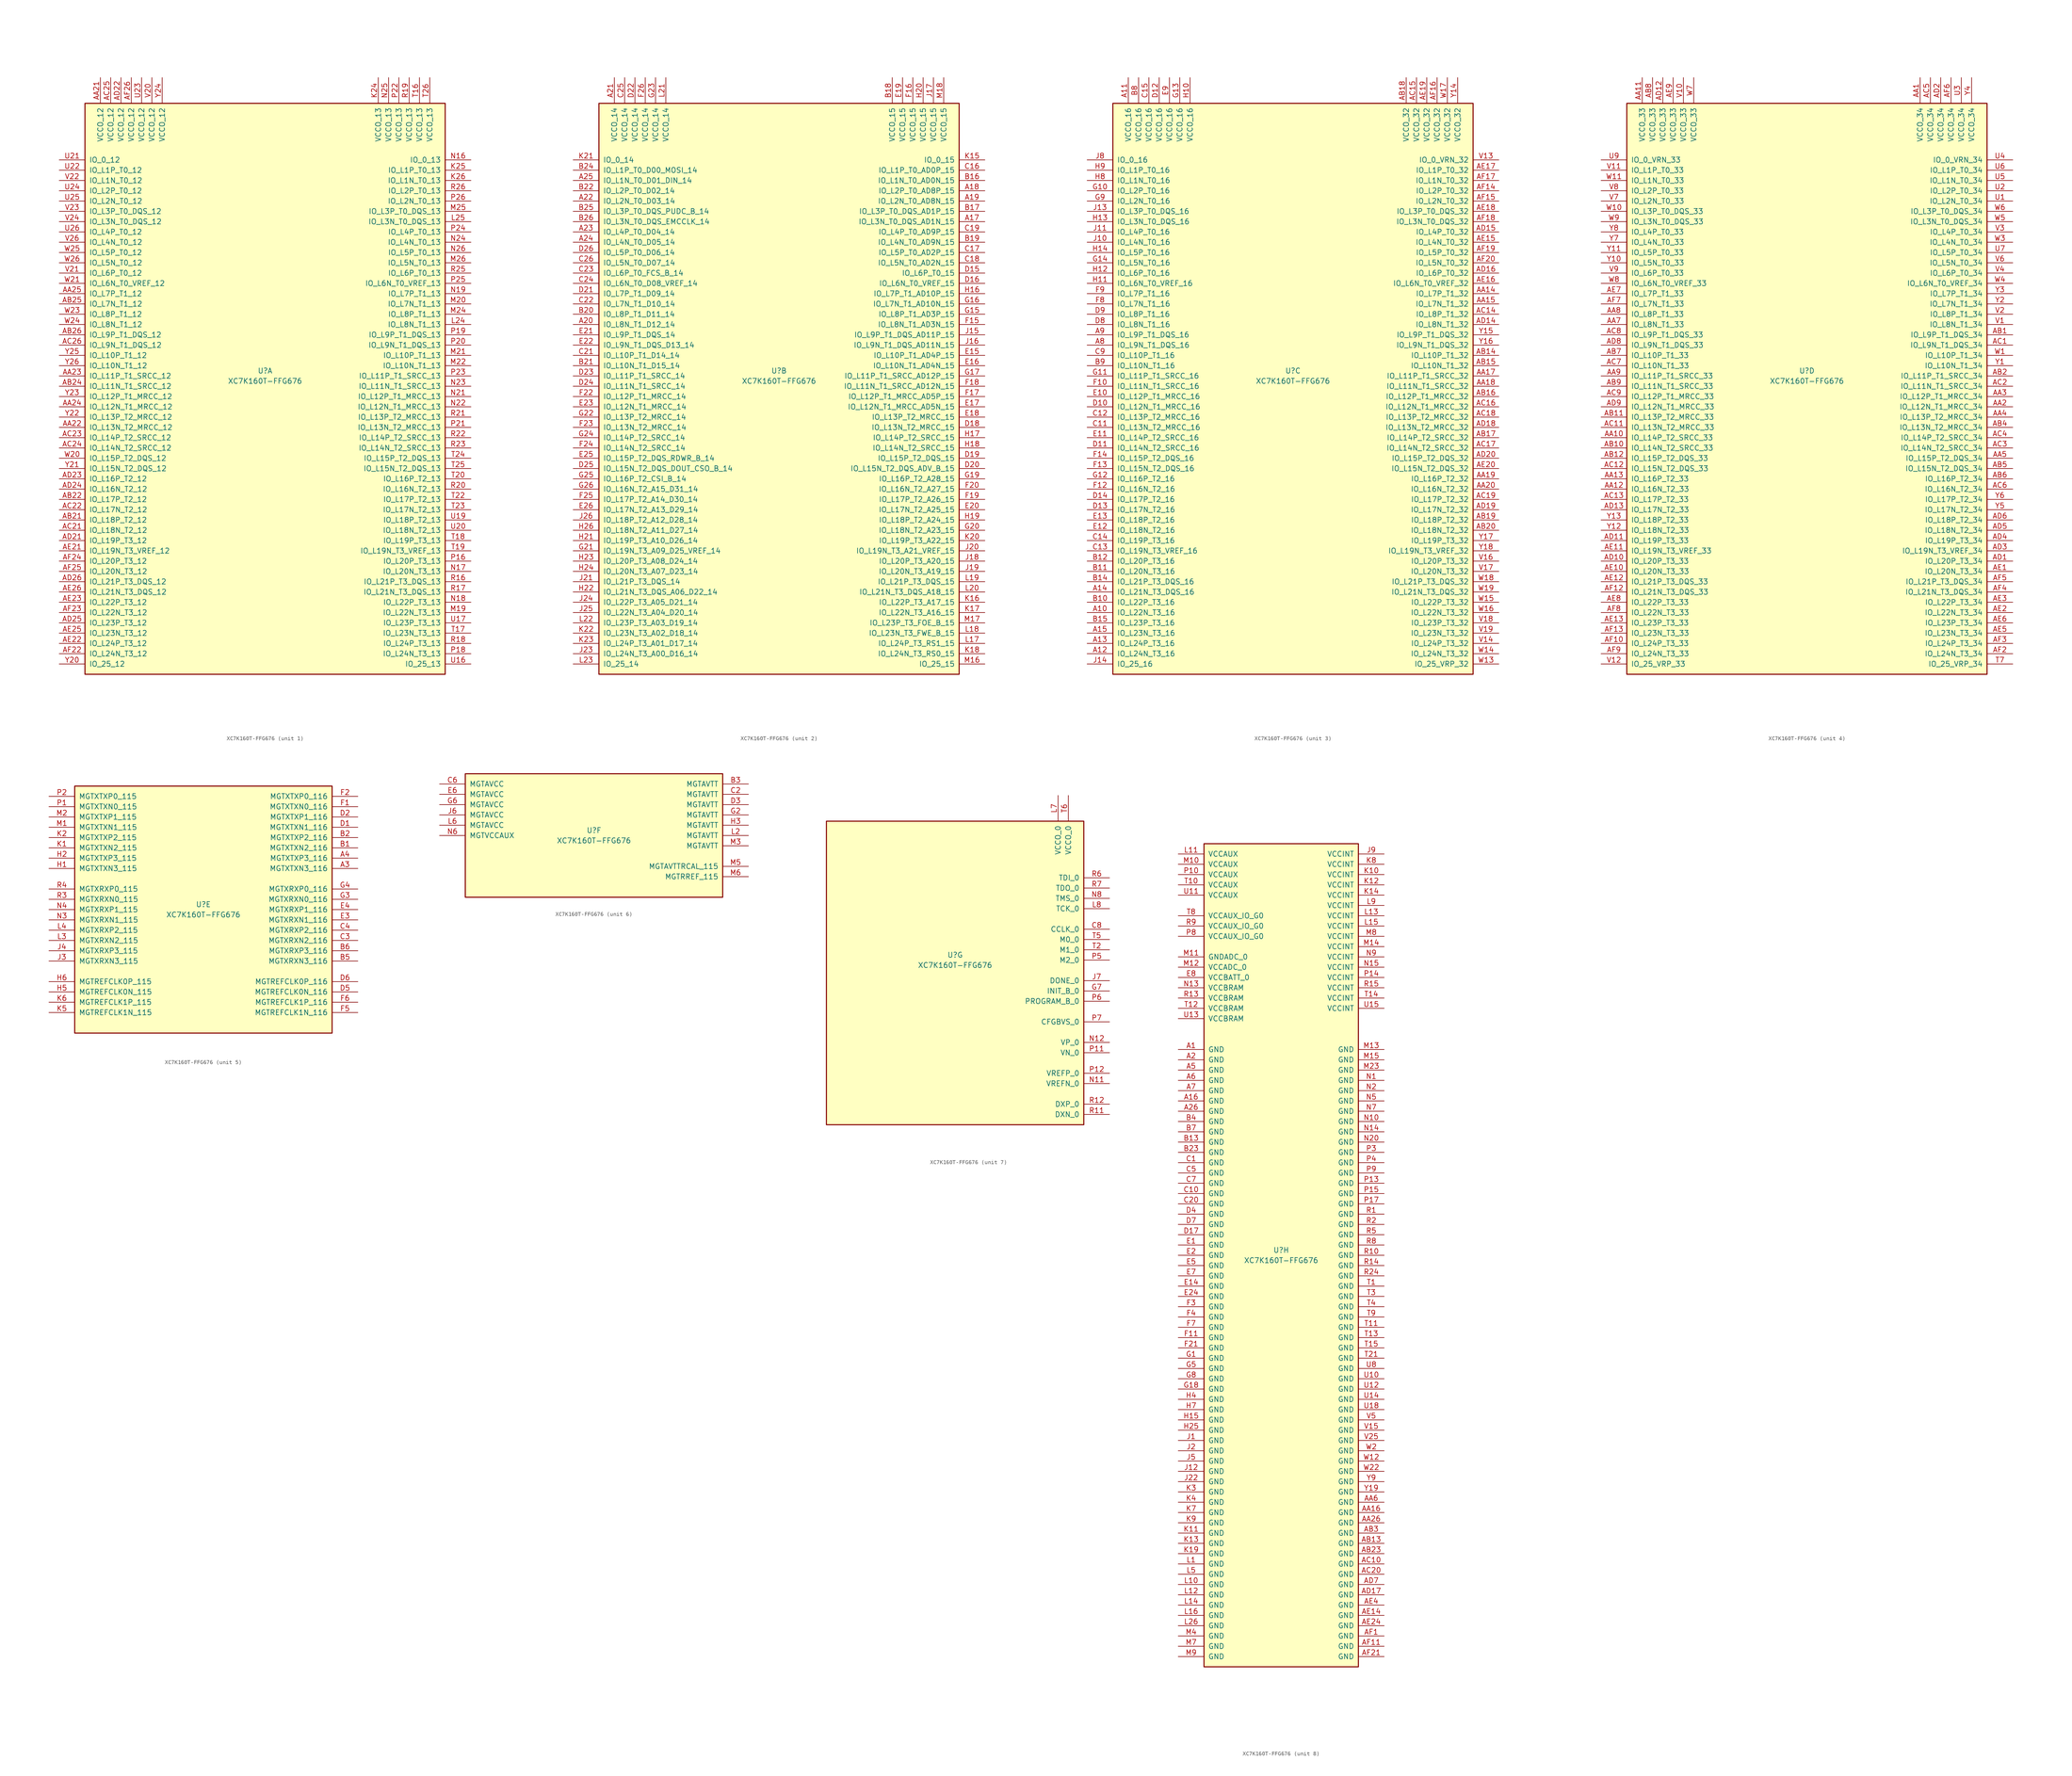
<source format=kicad_sym>
(kicad_symbol_lib
  (version 20241209)
  (generator "kicad_symbol_editor")
  (generator_version "9.0")
  (symbol "XC7K160T-FFG676"
    (pin_names
      (offset 1.016))
    (property "Reference" "U"
      (at 0 1.27 0)
      (effects (font (size 1.27 1.27))))
    (property "Value" "XC7K160T-FFG676"
      (at 0 -1.27 0)
      (effects (font (size 1.27 1.27))))
    (property "Datasheet" ""
      (at 0 0 0)
      (effects (font (size 1.27 1.27))))
    (property "ki_locked" ""
      (at 0 0 0)
      (effects (font (size 1.27 1.27))))
    (symbol "XC7K160T-FFG676_1_1"
      (rectangle (start -44.45 67.31) (end 44.45 -73.66) (stroke (width 0.254) (type default)) (fill (type background)))
      (pin bidirectional line (at -50.8 53.34 0) (length 6.35) (name "IO_0_12" (effects (font (size 1.27 1.27)))) (number "U21" (effects (font (size 1.27 1.27)))))
      (pin bidirectional line (at -50.8 50.8 0) (length 6.35) (name "IO_L1P_T0_12" (effects (font (size 1.27 1.27)))) (number "U22" (effects (font (size 1.27 1.27)))))
      (pin bidirectional line (at -50.8 48.26 0) (length 6.35) (name "IO_L1N_T0_12" (effects (font (size 1.27 1.27)))) (number "V22" (effects (font (size 1.27 1.27)))))
      (pin bidirectional line (at -50.8 45.72 0) (length 6.35) (name "IO_L2P_T0_12" (effects (font (size 1.27 1.27)))) (number "U24" (effects (font (size 1.27 1.27)))))
      (pin bidirectional line (at -50.8 43.18 0) (length 6.35) (name "IO_L2N_T0_12" (effects (font (size 1.27 1.27)))) (number "U25" (effects (font (size 1.27 1.27)))))
      (pin bidirectional line (at -50.8 40.64 0) (length 6.35) (name "IO_L3P_T0_DQS_12" (effects (font (size 1.27 1.27)))) (number "V23" (effects (font (size 1.27 1.27)))))
      (pin bidirectional line (at -50.8 38.1 0) (length 6.35) (name "IO_L3N_T0_DQS_12" (effects (font (size 1.27 1.27)))) (number "V24" (effects (font (size 1.27 1.27)))))
      (pin bidirectional line (at -50.8 35.56 0) (length 6.35) (name "IO_L4P_T0_12" (effects (font (size 1.27 1.27)))) (number "U26" (effects (font (size 1.27 1.27)))))
      (pin bidirectional line (at -50.8 33.02 0) (length 6.35) (name "IO_L4N_T0_12" (effects (font (size 1.27 1.27)))) (number "V26" (effects (font (size 1.27 1.27)))))
      (pin bidirectional line (at -50.8 30.48 0) (length 6.35) (name "IO_L5P_T0_12" (effects (font (size 1.27 1.27)))) (number "W25" (effects (font (size 1.27 1.27)))))
      (pin bidirectional line (at -50.8 27.94 0) (length 6.35) (name "IO_L5N_T0_12" (effects (font (size 1.27 1.27)))) (number "W26" (effects (font (size 1.27 1.27)))))
      (pin bidirectional line (at -50.8 25.4 0) (length 6.35) (name "IO_L6P_T0_12" (effects (font (size 1.27 1.27)))) (number "V21" (effects (font (size 1.27 1.27)))))
      (pin bidirectional line (at -50.8 22.86 0) (length 6.35) (name "IO_L6N_T0_VREF_12" (effects (font (size 1.27 1.27)))) (number "W21" (effects (font (size 1.27 1.27)))))
      (pin bidirectional line (at -50.8 20.32 0) (length 6.35) (name "IO_L7P_T1_12" (effects (font (size 1.27 1.27)))) (number "AA25" (effects (font (size 1.27 1.27)))))
      (pin bidirectional line (at -50.8 17.78 0) (length 6.35) (name "IO_L7N_T1_12" (effects (font (size 1.27 1.27)))) (number "AB25" (effects (font (size 1.27 1.27)))))
      (pin bidirectional line (at -50.8 15.24 0) (length 6.35) (name "IO_L8P_T1_12" (effects (font (size 1.27 1.27)))) (number "W23" (effects (font (size 1.27 1.27)))))
      (pin bidirectional line (at -50.8 12.7 0) (length 6.35) (name "IO_L8N_T1_12" (effects (font (size 1.27 1.27)))) (number "W24" (effects (font (size 1.27 1.27)))))
      (pin bidirectional line (at -50.8 10.16 0) (length 6.35) (name "IO_L9P_T1_DQS_12" (effects (font (size 1.27 1.27)))) (number "AB26" (effects (font (size 1.27 1.27)))))
      (pin bidirectional line (at -50.8 7.62 0) (length 6.35) (name "IO_L9N_T1_DQS_12" (effects (font (size 1.27 1.27)))) (number "AC26" (effects (font (size 1.27 1.27)))))
      (pin bidirectional line (at -50.8 5.08 0) (length 6.35) (name "IO_L10P_T1_12" (effects (font (size 1.27 1.27)))) (number "Y25" (effects (font (size 1.27 1.27)))))
      (pin bidirectional line (at -50.8 2.54 0) (length 6.35) (name "IO_L10N_T1_12" (effects (font (size 1.27 1.27)))) (number "Y26" (effects (font (size 1.27 1.27)))))
      (pin bidirectional line (at -50.8 0 0) (length 6.35) (name "IO_L11P_T1_SRCC_12" (effects (font (size 1.27 1.27)))) (number "AA23" (effects (font (size 1.27 1.27)))))
      (pin bidirectional line (at -50.8 -2.54 0) (length 6.35) (name "IO_L11N_T1_SRCC_12" (effects (font (size 1.27 1.27)))) (number "AB24" (effects (font (size 1.27 1.27)))))
      (pin bidirectional line (at -50.8 -5.08 0) (length 6.35) (name "IO_L12P_T1_MRCC_12" (effects (font (size 1.27 1.27)))) (number "Y23" (effects (font (size 1.27 1.27)))))
      (pin bidirectional line (at -50.8 -7.62 0) (length 6.35) (name "IO_L12N_T1_MRCC_12" (effects (font (size 1.27 1.27)))) (number "AA24" (effects (font (size 1.27 1.27)))))
      (pin bidirectional line (at -50.8 -10.16 0) (length 6.35) (name "IO_L13P_T2_MRCC_12" (effects (font (size 1.27 1.27)))) (number "Y22" (effects (font (size 1.27 1.27)))))
      (pin bidirectional line (at -50.8 -12.7 0) (length 6.35) (name "IO_L13N_T2_MRCC_12" (effects (font (size 1.27 1.27)))) (number "AA22" (effects (font (size 1.27 1.27)))))
      (pin bidirectional line (at -50.8 -15.24 0) (length 6.35) (name "IO_L14P_T2_SRCC_12" (effects (font (size 1.27 1.27)))) (number "AC23" (effects (font (size 1.27 1.27)))))
      (pin bidirectional line (at -50.8 -17.78 0) (length 6.35) (name "IO_L14N_T2_SRCC_12" (effects (font (size 1.27 1.27)))) (number "AC24" (effects (font (size 1.27 1.27)))))
      (pin bidirectional line (at -50.8 -20.32 0) (length 6.35) (name "IO_L15P_T2_DQS_12" (effects (font (size 1.27 1.27)))) (number "W20" (effects (font (size 1.27 1.27)))))
      (pin bidirectional line (at -50.8 -22.86 0) (length 6.35) (name "IO_L15N_T2_DQS_12" (effects (font (size 1.27 1.27)))) (number "Y21" (effects (font (size 1.27 1.27)))))
      (pin bidirectional line (at -50.8 -25.4 0) (length 6.35) (name "IO_L16P_T2_12" (effects (font (size 1.27 1.27)))) (number "AD23" (effects (font (size 1.27 1.27)))))
      (pin bidirectional line (at -50.8 -27.94 0) (length 6.35) (name "IO_L16N_T2_12" (effects (font (size 1.27 1.27)))) (number "AD24" (effects (font (size 1.27 1.27)))))
      (pin bidirectional line (at -50.8 -30.48 0) (length 6.35) (name "IO_L17P_T2_12" (effects (font (size 1.27 1.27)))) (number "AB22" (effects (font (size 1.27 1.27)))))
      (pin bidirectional line (at -50.8 -33.02 0) (length 6.35) (name "IO_L17N_T2_12" (effects (font (size 1.27 1.27)))) (number "AC22" (effects (font (size 1.27 1.27)))))
      (pin bidirectional line (at -50.8 -35.56 0) (length 6.35) (name "IO_L18P_T2_12" (effects (font (size 1.27 1.27)))) (number "AB21" (effects (font (size 1.27 1.27)))))
      (pin bidirectional line (at -50.8 -38.1 0) (length 6.35) (name "IO_L18N_T2_12" (effects (font (size 1.27 1.27)))) (number "AC21" (effects (font (size 1.27 1.27)))))
      (pin bidirectional line (at -50.8 -40.64 0) (length 6.35) (name "IO_L19P_T3_12" (effects (font (size 1.27 1.27)))) (number "AD21" (effects (font (size 1.27 1.27)))))
      (pin bidirectional line (at -50.8 -43.18 0) (length 6.35) (name "IO_L19N_T3_VREF_12" (effects (font (size 1.27 1.27)))) (number "AE21" (effects (font (size 1.27 1.27)))))
      (pin bidirectional line (at -50.8 -45.72 0) (length 6.35) (name "IO_L20P_T3_12" (effects (font (size 1.27 1.27)))) (number "AF24" (effects (font (size 1.27 1.27)))))
      (pin bidirectional line (at -50.8 -48.26 0) (length 6.35) (name "IO_L20N_T3_12" (effects (font (size 1.27 1.27)))) (number "AF25" (effects (font (size 1.27 1.27)))))
      (pin bidirectional line (at -50.8 -50.8 0) (length 6.35) (name "IO_L21P_T3_DQS_12" (effects (font (size 1.27 1.27)))) (number "AD26" (effects (font (size 1.27 1.27)))))
      (pin bidirectional line (at -50.8 -53.34 0) (length 6.35) (name "IO_L21N_T3_DQS_12" (effects (font (size 1.27 1.27)))) (number "AE26" (effects (font (size 1.27 1.27)))))
      (pin bidirectional line (at -50.8 -55.88 0) (length 6.35) (name "IO_L22P_T3_12" (effects (font (size 1.27 1.27)))) (number "AE23" (effects (font (size 1.27 1.27)))))
      (pin bidirectional line (at -50.8 -58.42 0) (length 6.35) (name "IO_L22N_T3_12" (effects (font (size 1.27 1.27)))) (number "AF23" (effects (font (size 1.27 1.27)))))
      (pin bidirectional line (at -50.8 -60.96 0) (length 6.35) (name "IO_L23P_T3_12" (effects (font (size 1.27 1.27)))) (number "AD25" (effects (font (size 1.27 1.27)))))
      (pin bidirectional line (at -50.8 -63.5 0) (length 6.35) (name "IO_L23N_T3_12" (effects (font (size 1.27 1.27)))) (number "AE25" (effects (font (size 1.27 1.27)))))
      (pin bidirectional line (at -50.8 -66.04 0) (length 6.35) (name "IO_L24P_T3_12" (effects (font (size 1.27 1.27)))) (number "AE22" (effects (font (size 1.27 1.27)))))
      (pin bidirectional line (at -50.8 -68.58 0) (length 6.35) (name "IO_L24N_T3_12" (effects (font (size 1.27 1.27)))) (number "AF22" (effects (font (size 1.27 1.27)))))
      (pin bidirectional line (at -50.8 -71.12 0) (length 6.35) (name "IO_25_12" (effects (font (size 1.27 1.27)))) (number "Y20" (effects (font (size 1.27 1.27)))))
      (pin power_in line (at -40.64 73.66 270) (length 6.35) (name "VCCO_12" (effects (font (size 1.27 1.27)))) (number "AA21" (effects (font (size 1.27 1.27)))))
      (pin power_in line (at -38.1 73.66 270) (length 6.35) (name "VCCO_12" (effects (font (size 1.27 1.27)))) (number "AC25" (effects (font (size 1.27 1.27)))))
      (pin power_in line (at -35.56 73.66 270) (length 6.35) (name "VCCO_12" (effects (font (size 1.27 1.27)))) (number "AD22" (effects (font (size 1.27 1.27)))))
      (pin power_in line (at -33.02 73.66 270) (length 6.35) (name "VCCO_12" (effects (font (size 1.27 1.27)))) (number "AF26" (effects (font (size 1.27 1.27)))))
      (pin power_in line (at -30.48 73.66 270) (length 6.35) (name "VCCO_12" (effects (font (size 1.27 1.27)))) (number "U23" (effects (font (size 1.27 1.27)))))
      (pin power_in line (at -27.94 73.66 270) (length 6.35) (name "VCCO_12" (effects (font (size 1.27 1.27)))) (number "V20" (effects (font (size 1.27 1.27)))))
      (pin power_in line (at -25.4 73.66 270) (length 6.35) (name "VCCO_12" (effects (font (size 1.27 1.27)))) (number "Y24" (effects (font (size 1.27 1.27)))))
      (pin power_in line (at 27.94 73.66 270) (length 6.35) (name "VCCO_13" (effects (font (size 1.27 1.27)))) (number "K24" (effects (font (size 1.27 1.27)))))
      (pin power_in line (at 30.48 73.66 270) (length 6.35) (name "VCCO_13" (effects (font (size 1.27 1.27)))) (number "N25" (effects (font (size 1.27 1.27)))))
      (pin power_in line (at 33.02 73.66 270) (length 6.35) (name "VCCO_13" (effects (font (size 1.27 1.27)))) (number "P22" (effects (font (size 1.27 1.27)))))
      (pin power_in line (at 35.56 73.66 270) (length 6.35) (name "VCCO_13" (effects (font (size 1.27 1.27)))) (number "R19" (effects (font (size 1.27 1.27)))))
      (pin power_in line (at 38.1 73.66 270) (length 6.35) (name "VCCO_13" (effects (font (size 1.27 1.27)))) (number "T16" (effects (font (size 1.27 1.27)))))
      (pin power_in line (at 40.64 73.66 270) (length 6.35) (name "VCCO_13" (effects (font (size 1.27 1.27)))) (number "T26" (effects (font (size 1.27 1.27)))))
      (pin bidirectional line (at 50.8 53.34 180) (length 6.35) (name "IO_0_13" (effects (font (size 1.27 1.27)))) (number "N16" (effects (font (size 1.27 1.27)))))
      (pin bidirectional line (at 50.8 50.8 180) (length 6.35) (name "IO_L1P_T0_13" (effects (font (size 1.27 1.27)))) (number "K25" (effects (font (size 1.27 1.27)))))
      (pin bidirectional line (at 50.8 48.26 180) (length 6.35) (name "IO_L1N_T0_13" (effects (font (size 1.27 1.27)))) (number "K26" (effects (font (size 1.27 1.27)))))
      (pin bidirectional line (at 50.8 45.72 180) (length 6.35) (name "IO_L2P_T0_13" (effects (font (size 1.27 1.27)))) (number "R26" (effects (font (size 1.27 1.27)))))
      (pin bidirectional line (at 50.8 43.18 180) (length 6.35) (name "IO_L2N_T0_13" (effects (font (size 1.27 1.27)))) (number "P26" (effects (font (size 1.27 1.27)))))
      (pin bidirectional line (at 50.8 40.64 180) (length 6.35) (name "IO_L3P_T0_DQS_13" (effects (font (size 1.27 1.27)))) (number "M25" (effects (font (size 1.27 1.27)))))
      (pin bidirectional line (at 50.8 38.1 180) (length 6.35) (name "IO_L3N_T0_DQS_13" (effects (font (size 1.27 1.27)))) (number "L25" (effects (font (size 1.27 1.27)))))
      (pin bidirectional line (at 50.8 35.56 180) (length 6.35) (name "IO_L4P_T0_13" (effects (font (size 1.27 1.27)))) (number "P24" (effects (font (size 1.27 1.27)))))
      (pin bidirectional line (at 50.8 33.02 180) (length 6.35) (name "IO_L4N_T0_13" (effects (font (size 1.27 1.27)))) (number "N24" (effects (font (size 1.27 1.27)))))
      (pin bidirectional line (at 50.8 30.48 180) (length 6.35) (name "IO_L5P_T0_13" (effects (font (size 1.27 1.27)))) (number "N26" (effects (font (size 1.27 1.27)))))
      (pin bidirectional line (at 50.8 27.94 180) (length 6.35) (name "IO_L5N_T0_13" (effects (font (size 1.27 1.27)))) (number "M26" (effects (font (size 1.27 1.27)))))
      (pin bidirectional line (at 50.8 25.4 180) (length 6.35) (name "IO_L6P_T0_13" (effects (font (size 1.27 1.27)))) (number "R25" (effects (font (size 1.27 1.27)))))
      (pin bidirectional line (at 50.8 22.86 180) (length 6.35) (name "IO_L6N_T0_VREF_13" (effects (font (size 1.27 1.27)))) (number "P25" (effects (font (size 1.27 1.27)))))
      (pin bidirectional line (at 50.8 20.32 180) (length 6.35) (name "IO_L7P_T1_13" (effects (font (size 1.27 1.27)))) (number "N19" (effects (font (size 1.27 1.27)))))
      (pin bidirectional line (at 50.8 17.78 180) (length 6.35) (name "IO_L7N_T1_13" (effects (font (size 1.27 1.27)))) (number "M20" (effects (font (size 1.27 1.27)))))
      (pin bidirectional line (at 50.8 15.24 180) (length 6.35) (name "IO_L8P_T1_13" (effects (font (size 1.27 1.27)))) (number "M24" (effects (font (size 1.27 1.27)))))
      (pin bidirectional line (at 50.8 12.7 180) (length 6.35) (name "IO_L8N_T1_13" (effects (font (size 1.27 1.27)))) (number "L24" (effects (font (size 1.27 1.27)))))
      (pin bidirectional line (at 50.8 10.16 180) (length 6.35) (name "IO_L9P_T1_DQS_13" (effects (font (size 1.27 1.27)))) (number "P19" (effects (font (size 1.27 1.27)))))
      (pin bidirectional line (at 50.8 7.62 180) (length 6.35) (name "IO_L9N_T1_DQS_13" (effects (font (size 1.27 1.27)))) (number "P20" (effects (font (size 1.27 1.27)))))
      (pin bidirectional line (at 50.8 5.08 180) (length 6.35) (name "IO_L10P_T1_13" (effects (font (size 1.27 1.27)))) (number "M21" (effects (font (size 1.27 1.27)))))
      (pin bidirectional line (at 50.8 2.54 180) (length 6.35) (name "IO_L10N_T1_13" (effects (font (size 1.27 1.27)))) (number "M22" (effects (font (size 1.27 1.27)))))
      (pin bidirectional line (at 50.8 0 180) (length 6.35) (name "IO_L11P_T1_SRCC_13" (effects (font (size 1.27 1.27)))) (number "P23" (effects (font (size 1.27 1.27)))))
      (pin bidirectional line (at 50.8 -2.54 180) (length 6.35) (name "IO_L11N_T1_SRCC_13" (effects (font (size 1.27 1.27)))) (number "N23" (effects (font (size 1.27 1.27)))))
      (pin bidirectional line (at 50.8 -5.08 180) (length 6.35) (name "IO_L12P_T1_MRCC_13" (effects (font (size 1.27 1.27)))) (number "N21" (effects (font (size 1.27 1.27)))))
      (pin bidirectional line (at 50.8 -7.62 180) (length 6.35) (name "IO_L12N_T1_MRCC_13" (effects (font (size 1.27 1.27)))) (number "N22" (effects (font (size 1.27 1.27)))))
      (pin bidirectional line (at 50.8 -10.16 180) (length 6.35) (name "IO_L13P_T2_MRCC_13" (effects (font (size 1.27 1.27)))) (number "R21" (effects (font (size 1.27 1.27)))))
      (pin bidirectional line (at 50.8 -12.7 180) (length 6.35) (name "IO_L13N_T2_MRCC_13" (effects (font (size 1.27 1.27)))) (number "P21" (effects (font (size 1.27 1.27)))))
      (pin bidirectional line (at 50.8 -15.24 180) (length 6.35) (name "IO_L14P_T2_SRCC_13" (effects (font (size 1.27 1.27)))) (number "R22" (effects (font (size 1.27 1.27)))))
      (pin bidirectional line (at 50.8 -17.78 180) (length 6.35) (name "IO_L14N_T2_SRCC_13" (effects (font (size 1.27 1.27)))) (number "R23" (effects (font (size 1.27 1.27)))))
      (pin bidirectional line (at 50.8 -20.32 180) (length 6.35) (name "IO_L15P_T2_DQS_13" (effects (font (size 1.27 1.27)))) (number "T24" (effects (font (size 1.27 1.27)))))
      (pin bidirectional line (at 50.8 -22.86 180) (length 6.35) (name "IO_L15N_T2_DQS_13" (effects (font (size 1.27 1.27)))) (number "T25" (effects (font (size 1.27 1.27)))))
      (pin bidirectional line (at 50.8 -25.4 180) (length 6.35) (name "IO_L16P_T2_13" (effects (font (size 1.27 1.27)))) (number "T20" (effects (font (size 1.27 1.27)))))
      (pin bidirectional line (at 50.8 -27.94 180) (length 6.35) (name "IO_L16N_T2_13" (effects (font (size 1.27 1.27)))) (number "R20" (effects (font (size 1.27 1.27)))))
      (pin bidirectional line (at 50.8 -30.48 180) (length 6.35) (name "IO_L17P_T2_13" (effects (font (size 1.27 1.27)))) (number "T22" (effects (font (size 1.27 1.27)))))
      (pin bidirectional line (at 50.8 -33.02 180) (length 6.35) (name "IO_L17N_T2_13" (effects (font (size 1.27 1.27)))) (number "T23" (effects (font (size 1.27 1.27)))))
      (pin bidirectional line (at 50.8 -35.56 180) (length 6.35) (name "IO_L18P_T2_13" (effects (font (size 1.27 1.27)))) (number "U19" (effects (font (size 1.27 1.27)))))
      (pin bidirectional line (at 50.8 -38.1 180) (length 6.35) (name "IO_L18N_T2_13" (effects (font (size 1.27 1.27)))) (number "U20" (effects (font (size 1.27 1.27)))))
      (pin bidirectional line (at 50.8 -40.64 180) (length 6.35) (name "IO_L19P_T3_13" (effects (font (size 1.27 1.27)))) (number "T18" (effects (font (size 1.27 1.27)))))
      (pin bidirectional line (at 50.8 -43.18 180) (length 6.35) (name "IO_L19N_T3_VREF_13" (effects (font (size 1.27 1.27)))) (number "T19" (effects (font (size 1.27 1.27)))))
      (pin bidirectional line (at 50.8 -45.72 180) (length 6.35) (name "IO_L20P_T3_13" (effects (font (size 1.27 1.27)))) (number "P16" (effects (font (size 1.27 1.27)))))
      (pin bidirectional line (at 50.8 -48.26 180) (length 6.35) (name "IO_L20N_T3_13" (effects (font (size 1.27 1.27)))) (number "N17" (effects (font (size 1.27 1.27)))))
      (pin bidirectional line (at 50.8 -50.8 180) (length 6.35) (name "IO_L21P_T3_DQS_13" (effects (font (size 1.27 1.27)))) (number "R16" (effects (font (size 1.27 1.27)))))
      (pin bidirectional line (at 50.8 -53.34 180) (length 6.35) (name "IO_L21N_T3_DQS_13" (effects (font (size 1.27 1.27)))) (number "R17" (effects (font (size 1.27 1.27)))))
      (pin bidirectional line (at 50.8 -55.88 180) (length 6.35) (name "IO_L22P_T3_13" (effects (font (size 1.27 1.27)))) (number "N18" (effects (font (size 1.27 1.27)))))
      (pin bidirectional line (at 50.8 -58.42 180) (length 6.35) (name "IO_L22N_T3_13" (effects (font (size 1.27 1.27)))) (number "M19" (effects (font (size 1.27 1.27)))))
      (pin bidirectional line (at 50.8 -60.96 180) (length 6.35) (name "IO_L23P_T3_13" (effects (font (size 1.27 1.27)))) (number "U17" (effects (font (size 1.27 1.27)))))
      (pin bidirectional line (at 50.8 -63.5 180) (length 6.35) (name "IO_L23N_T3_13" (effects (font (size 1.27 1.27)))) (number "T17" (effects (font (size 1.27 1.27)))))
      (pin bidirectional line (at 50.8 -66.04 180) (length 6.35) (name "IO_L24P_T3_13" (effects (font (size 1.27 1.27)))) (number "R18" (effects (font (size 1.27 1.27)))))
      (pin bidirectional line (at 50.8 -68.58 180) (length 6.35) (name "IO_L24N_T3_13" (effects (font (size 1.27 1.27)))) (number "P18" (effects (font (size 1.27 1.27)))))
      (pin bidirectional line (at 50.8 -71.12 180) (length 6.35) (name "IO_25_13" (effects (font (size 1.27 1.27)))) (number "U16" (effects (font (size 1.27 1.27))))))
    (symbol "XC7K160T-FFG676_2_1"
      (rectangle (start -44.45 67.31) (end 44.45 -73.66) (stroke (width 0.254) (type default)) (fill (type background)))
      (pin bidirectional line (at -50.8 53.34 0) (length 6.35) (name "IO_0_14" (effects (font (size 1.27 1.27)))) (number "K21" (effects (font (size 1.27 1.27)))))
      (pin bidirectional line (at -50.8 50.8 0) (length 6.35) (name "IO_L1P_T0_D00_MOSI_14" (effects (font (size 1.27 1.27)))) (number "B24" (effects (font (size 1.27 1.27)))))
      (pin bidirectional line (at -50.8 48.26 0) (length 6.35) (name "IO_L1N_T0_D01_DIN_14" (effects (font (size 1.27 1.27)))) (number "A25" (effects (font (size 1.27 1.27)))))
      (pin bidirectional line (at -50.8 45.72 0) (length 6.35) (name "IO_L2P_T0_D02_14" (effects (font (size 1.27 1.27)))) (number "B22" (effects (font (size 1.27 1.27)))))
      (pin bidirectional line (at -50.8 43.18 0) (length 6.35) (name "IO_L2N_T0_D03_14" (effects (font (size 1.27 1.27)))) (number "A22" (effects (font (size 1.27 1.27)))))
      (pin bidirectional line (at -50.8 40.64 0) (length 6.35) (name "IO_L3P_T0_DQS_PUDC_B_14" (effects (font (size 1.27 1.27)))) (number "B25" (effects (font (size 1.27 1.27)))))
      (pin bidirectional line (at -50.8 38.1 0) (length 6.35) (name "IO_L3N_T0_DQS_EMCCLK_14" (effects (font (size 1.27 1.27)))) (number "B26" (effects (font (size 1.27 1.27)))))
      (pin bidirectional line (at -50.8 35.56 0) (length 6.35) (name "IO_L4P_T0_D04_14" (effects (font (size 1.27 1.27)))) (number "A23" (effects (font (size 1.27 1.27)))))
      (pin bidirectional line (at -50.8 33.02 0) (length 6.35) (name "IO_L4N_T0_D05_14" (effects (font (size 1.27 1.27)))) (number "A24" (effects (font (size 1.27 1.27)))))
      (pin bidirectional line (at -50.8 30.48 0) (length 6.35) (name "IO_L5P_T0_D06_14" (effects (font (size 1.27 1.27)))) (number "D26" (effects (font (size 1.27 1.27)))))
      (pin bidirectional line (at -50.8 27.94 0) (length 6.35) (name "IO_L5N_T0_D07_14" (effects (font (size 1.27 1.27)))) (number "C26" (effects (font (size 1.27 1.27)))))
      (pin bidirectional line (at -50.8 25.4 0) (length 6.35) (name "IO_L6P_T0_FCS_B_14" (effects (font (size 1.27 1.27)))) (number "C23" (effects (font (size 1.27 1.27)))))
      (pin bidirectional line (at -50.8 22.86 0) (length 6.35) (name "IO_L6N_T0_D08_VREF_14" (effects (font (size 1.27 1.27)))) (number "C24" (effects (font (size 1.27 1.27)))))
      (pin bidirectional line (at -50.8 20.32 0) (length 6.35) (name "IO_L7P_T1_D09_14" (effects (font (size 1.27 1.27)))) (number "D21" (effects (font (size 1.27 1.27)))))
      (pin bidirectional line (at -50.8 17.78 0) (length 6.35) (name "IO_L7N_T1_D10_14" (effects (font (size 1.27 1.27)))) (number "C22" (effects (font (size 1.27 1.27)))))
      (pin bidirectional line (at -50.8 15.24 0) (length 6.35) (name "IO_L8P_T1_D11_14" (effects (font (size 1.27 1.27)))) (number "B20" (effects (font (size 1.27 1.27)))))
      (pin bidirectional line (at -50.8 12.7 0) (length 6.35) (name "IO_L8N_T1_D12_14" (effects (font (size 1.27 1.27)))) (number "A20" (effects (font (size 1.27 1.27)))))
      (pin bidirectional line (at -50.8 10.16 0) (length 6.35) (name "IO_L9P_T1_DQS_14" (effects (font (size 1.27 1.27)))) (number "E21" (effects (font (size 1.27 1.27)))))
      (pin bidirectional line (at -50.8 7.62 0) (length 6.35) (name "IO_L9N_T1_DQS_D13_14" (effects (font (size 1.27 1.27)))) (number "E22" (effects (font (size 1.27 1.27)))))
      (pin bidirectional line (at -50.8 5.08 0) (length 6.35) (name "IO_L10P_T1_D14_14" (effects (font (size 1.27 1.27)))) (number "C21" (effects (font (size 1.27 1.27)))))
      (pin bidirectional line (at -50.8 2.54 0) (length 6.35) (name "IO_L10N_T1_D15_14" (effects (font (size 1.27 1.27)))) (number "B21" (effects (font (size 1.27 1.27)))))
      (pin bidirectional line (at -50.8 0 0) (length 6.35) (name "IO_L11P_T1_SRCC_14" (effects (font (size 1.27 1.27)))) (number "D23" (effects (font (size 1.27 1.27)))))
      (pin bidirectional line (at -50.8 -2.54 0) (length 6.35) (name "IO_L11N_T1_SRCC_14" (effects (font (size 1.27 1.27)))) (number "D24" (effects (font (size 1.27 1.27)))))
      (pin bidirectional line (at -50.8 -5.08 0) (length 6.35) (name "IO_L12P_T1_MRCC_14" (effects (font (size 1.27 1.27)))) (number "F22" (effects (font (size 1.27 1.27)))))
      (pin bidirectional line (at -50.8 -7.62 0) (length 6.35) (name "IO_L12N_T1_MRCC_14" (effects (font (size 1.27 1.27)))) (number "E23" (effects (font (size 1.27 1.27)))))
      (pin bidirectional line (at -50.8 -10.16 0) (length 6.35) (name "IO_L13P_T2_MRCC_14" (effects (font (size 1.27 1.27)))) (number "G22" (effects (font (size 1.27 1.27)))))
      (pin bidirectional line (at -50.8 -12.7 0) (length 6.35) (name "IO_L13N_T2_MRCC_14" (effects (font (size 1.27 1.27)))) (number "F23" (effects (font (size 1.27 1.27)))))
      (pin bidirectional line (at -50.8 -15.24 0) (length 6.35) (name "IO_L14P_T2_SRCC_14" (effects (font (size 1.27 1.27)))) (number "G24" (effects (font (size 1.27 1.27)))))
      (pin bidirectional line (at -50.8 -17.78 0) (length 6.35) (name "IO_L14N_T2_SRCC_14" (effects (font (size 1.27 1.27)))) (number "F24" (effects (font (size 1.27 1.27)))))
      (pin bidirectional line (at -50.8 -20.32 0) (length 6.35) (name "IO_L15P_T2_DQS_RDWR_B_14" (effects (font (size 1.27 1.27)))) (number "E25" (effects (font (size 1.27 1.27)))))
      (pin bidirectional line (at -50.8 -22.86 0) (length 6.35) (name "IO_L15N_T2_DQS_DOUT_CSO_B_14" (effects (font (size 1.27 1.27)))) (number "D25" (effects (font (size 1.27 1.27)))))
      (pin bidirectional line (at -50.8 -25.4 0) (length 6.35) (name "IO_L16P_T2_CSI_B_14" (effects (font (size 1.27 1.27)))) (number "G25" (effects (font (size 1.27 1.27)))))
      (pin bidirectional line (at -50.8 -27.94 0) (length 6.35) (name "IO_L16N_T2_A15_D31_14" (effects (font (size 1.27 1.27)))) (number "G26" (effects (font (size 1.27 1.27)))))
      (pin bidirectional line (at -50.8 -30.48 0) (length 6.35) (name "IO_L17P_T2_A14_D30_14" (effects (font (size 1.27 1.27)))) (number "F25" (effects (font (size 1.27 1.27)))))
      (pin bidirectional line (at -50.8 -33.02 0) (length 6.35) (name "IO_L17N_T2_A13_D29_14" (effects (font (size 1.27 1.27)))) (number "E26" (effects (font (size 1.27 1.27)))))
      (pin bidirectional line (at -50.8 -35.56 0) (length 6.35) (name "IO_L18P_T2_A12_D28_14" (effects (font (size 1.27 1.27)))) (number "J26" (effects (font (size 1.27 1.27)))))
      (pin bidirectional line (at -50.8 -38.1 0) (length 6.35) (name "IO_L18N_T2_A11_D27_14" (effects (font (size 1.27 1.27)))) (number "H26" (effects (font (size 1.27 1.27)))))
      (pin bidirectional line (at -50.8 -40.64 0) (length 6.35) (name "IO_L19P_T3_A10_D26_14" (effects (font (size 1.27 1.27)))) (number "H21" (effects (font (size 1.27 1.27)))))
      (pin bidirectional line (at -50.8 -43.18 0) (length 6.35) (name "IO_L19N_T3_A09_D25_VREF_14" (effects (font (size 1.27 1.27)))) (number "G21" (effects (font (size 1.27 1.27)))))
      (pin bidirectional line (at -50.8 -45.72 0) (length 6.35) (name "IO_L20P_T3_A08_D24_14" (effects (font (size 1.27 1.27)))) (number "H23" (effects (font (size 1.27 1.27)))))
      (pin bidirectional line (at -50.8 -48.26 0) (length 6.35) (name "IO_L20N_T3_A07_D23_14" (effects (font (size 1.27 1.27)))) (number "H24" (effects (font (size 1.27 1.27)))))
      (pin bidirectional line (at -50.8 -50.8 0) (length 6.35) (name "IO_L21P_T3_DQS_14" (effects (font (size 1.27 1.27)))) (number "J21" (effects (font (size 1.27 1.27)))))
      (pin bidirectional line (at -50.8 -53.34 0) (length 6.35) (name "IO_L21N_T3_DQS_A06_D22_14" (effects (font (size 1.27 1.27)))) (number "H22" (effects (font (size 1.27 1.27)))))
      (pin bidirectional line (at -50.8 -55.88 0) (length 6.35) (name "IO_L22P_T3_A05_D21_14" (effects (font (size 1.27 1.27)))) (number "J24" (effects (font (size 1.27 1.27)))))
      (pin bidirectional line (at -50.8 -58.42 0) (length 6.35) (name "IO_L22N_T3_A04_D20_14" (effects (font (size 1.27 1.27)))) (number "J25" (effects (font (size 1.27 1.27)))))
      (pin bidirectional line (at -50.8 -60.96 0) (length 6.35) (name "IO_L23P_T3_A03_D19_14" (effects (font (size 1.27 1.27)))) (number "L22" (effects (font (size 1.27 1.27)))))
      (pin bidirectional line (at -50.8 -63.5 0) (length 6.35) (name "IO_L23N_T3_A02_D18_14" (effects (font (size 1.27 1.27)))) (number "K22" (effects (font (size 1.27 1.27)))))
      (pin bidirectional line (at -50.8 -66.04 0) (length 6.35) (name "IO_L24P_T3_A01_D17_14" (effects (font (size 1.27 1.27)))) (number "K23" (effects (font (size 1.27 1.27)))))
      (pin bidirectional line (at -50.8 -68.58 0) (length 6.35) (name "IO_L24N_T3_A00_D16_14" (effects (font (size 1.27 1.27)))) (number "J23" (effects (font (size 1.27 1.27)))))
      (pin bidirectional line (at -50.8 -71.12 0) (length 6.35) (name "IO_25_14" (effects (font (size 1.27 1.27)))) (number "L23" (effects (font (size 1.27 1.27)))))
      (pin power_in line (at -40.64 73.66 270) (length 6.35) (name "VCCO_14" (effects (font (size 1.27 1.27)))) (number "A21" (effects (font (size 1.27 1.27)))))
      (pin power_in line (at -38.1 73.66 270) (length 6.35) (name "VCCO_14" (effects (font (size 1.27 1.27)))) (number "C25" (effects (font (size 1.27 1.27)))))
      (pin power_in line (at -35.56 73.66 270) (length 6.35) (name "VCCO_14" (effects (font (size 1.27 1.27)))) (number "D22" (effects (font (size 1.27 1.27)))))
      (pin power_in line (at -33.02 73.66 270) (length 6.35) (name "VCCO_14" (effects (font (size 1.27 1.27)))) (number "F26" (effects (font (size 1.27 1.27)))))
      (pin power_in line (at -30.48 73.66 270) (length 6.35) (name "VCCO_14" (effects (font (size 1.27 1.27)))) (number "G23" (effects (font (size 1.27 1.27)))))
      (pin power_in line (at -27.94 73.66 270) (length 6.35) (name "VCCO_14" (effects (font (size 1.27 1.27)))) (number "L21" (effects (font (size 1.27 1.27)))))
      (pin power_in line (at 27.94 73.66 270) (length 6.35) (name "VCCO_15" (effects (font (size 1.27 1.27)))) (number "B18" (effects (font (size 1.27 1.27)))))
      (pin power_in line (at 30.48 73.66 270) (length 6.35) (name "VCCO_15" (effects (font (size 1.27 1.27)))) (number "E19" (effects (font (size 1.27 1.27)))))
      (pin power_in line (at 33.02 73.66 270) (length 6.35) (name "VCCO_15" (effects (font (size 1.27 1.27)))) (number "F16" (effects (font (size 1.27 1.27)))))
      (pin power_in line (at 35.56 73.66 270) (length 6.35) (name "VCCO_15" (effects (font (size 1.27 1.27)))) (number "H20" (effects (font (size 1.27 1.27)))))
      (pin power_in line (at 38.1 73.66 270) (length 6.35) (name "VCCO_15" (effects (font (size 1.27 1.27)))) (number "J17" (effects (font (size 1.27 1.27)))))
      (pin power_in line (at 40.64 73.66 270) (length 6.35) (name "VCCO_15" (effects (font (size 1.27 1.27)))) (number "M18" (effects (font (size 1.27 1.27)))))
      (pin bidirectional line (at 50.8 53.34 180) (length 6.35) (name "IO_0_15" (effects (font (size 1.27 1.27)))) (number "K15" (effects (font (size 1.27 1.27)))))
      (pin bidirectional line (at 50.8 50.8 180) (length 6.35) (name "IO_L1P_T0_AD0P_15" (effects (font (size 1.27 1.27)))) (number "C16" (effects (font (size 1.27 1.27)))))
      (pin bidirectional line (at 50.8 48.26 180) (length 6.35) (name "IO_L1N_T0_AD0N_15" (effects (font (size 1.27 1.27)))) (number "B16" (effects (font (size 1.27 1.27)))))
      (pin bidirectional line (at 50.8 45.72 180) (length 6.35) (name "IO_L2P_T0_AD8P_15" (effects (font (size 1.27 1.27)))) (number "A18" (effects (font (size 1.27 1.27)))))
      (pin bidirectional line (at 50.8 43.18 180) (length 6.35) (name "IO_L2N_T0_AD8N_15" (effects (font (size 1.27 1.27)))) (number "A19" (effects (font (size 1.27 1.27)))))
      (pin bidirectional line (at 50.8 40.64 180) (length 6.35) (name "IO_L3P_T0_DQS_AD1P_15" (effects (font (size 1.27 1.27)))) (number "B17" (effects (font (size 1.27 1.27)))))
      (pin bidirectional line (at 50.8 38.1 180) (length 6.35) (name "IO_L3N_T0_DQS_AD1N_15" (effects (font (size 1.27 1.27)))) (number "A17" (effects (font (size 1.27 1.27)))))
      (pin bidirectional line (at 50.8 35.56 180) (length 6.35) (name "IO_L4P_T0_AD9P_15" (effects (font (size 1.27 1.27)))) (number "C19" (effects (font (size 1.27 1.27)))))
      (pin bidirectional line (at 50.8 33.02 180) (length 6.35) (name "IO_L4N_T0_AD9N_15" (effects (font (size 1.27 1.27)))) (number "B19" (effects (font (size 1.27 1.27)))))
      (pin bidirectional line (at 50.8 30.48 180) (length 6.35) (name "IO_L5P_T0_AD2P_15" (effects (font (size 1.27 1.27)))) (number "C17" (effects (font (size 1.27 1.27)))))
      (pin bidirectional line (at 50.8 27.94 180) (length 6.35) (name "IO_L5N_T0_AD2N_15" (effects (font (size 1.27 1.27)))) (number "C18" (effects (font (size 1.27 1.27)))))
      (pin bidirectional line (at 50.8 25.4 180) (length 6.35) (name "IO_L6P_T0_15" (effects (font (size 1.27 1.27)))) (number "D15" (effects (font (size 1.27 1.27)))))
      (pin bidirectional line (at 50.8 22.86 180) (length 6.35) (name "IO_L6N_T0_VREF_15" (effects (font (size 1.27 1.27)))) (number "D16" (effects (font (size 1.27 1.27)))))
      (pin bidirectional line (at 50.8 20.32 180) (length 6.35) (name "IO_L7P_T1_AD10P_15" (effects (font (size 1.27 1.27)))) (number "H16" (effects (font (size 1.27 1.27)))))
      (pin bidirectional line (at 50.8 17.78 180) (length 6.35) (name "IO_L7N_T1_AD10N_15" (effects (font (size 1.27 1.27)))) (number "G16" (effects (font (size 1.27 1.27)))))
      (pin bidirectional line (at 50.8 15.24 180) (length 6.35) (name "IO_L8P_T1_AD3P_15" (effects (font (size 1.27 1.27)))) (number "G15" (effects (font (size 1.27 1.27)))))
      (pin bidirectional line (at 50.8 12.7 180) (length 6.35) (name "IO_L8N_T1_AD3N_15" (effects (font (size 1.27 1.27)))) (number "F15" (effects (font (size 1.27 1.27)))))
      (pin bidirectional line (at 50.8 10.16 180) (length 6.35) (name "IO_L9P_T1_DQS_AD11P_15" (effects (font (size 1.27 1.27)))) (number "J15" (effects (font (size 1.27 1.27)))))
      (pin bidirectional line (at 50.8 7.62 180) (length 6.35) (name "IO_L9N_T1_DQS_AD11N_15" (effects (font (size 1.27 1.27)))) (number "J16" (effects (font (size 1.27 1.27)))))
      (pin bidirectional line (at 50.8 5.08 180) (length 6.35) (name "IO_L10P_T1_AD4P_15" (effects (font (size 1.27 1.27)))) (number "E15" (effects (font (size 1.27 1.27)))))
      (pin bidirectional line (at 50.8 2.54 180) (length 6.35) (name "IO_L10N_T1_AD4N_15" (effects (font (size 1.27 1.27)))) (number "E16" (effects (font (size 1.27 1.27)))))
      (pin bidirectional line (at 50.8 0 180) (length 6.35) (name "IO_L11P_T1_SRCC_AD12P_15" (effects (font (size 1.27 1.27)))) (number "G17" (effects (font (size 1.27 1.27)))))
      (pin bidirectional line (at 50.8 -2.54 180) (length 6.35) (name "IO_L11N_T1_SRCC_AD12N_15" (effects (font (size 1.27 1.27)))) (number "F18" (effects (font (size 1.27 1.27)))))
      (pin bidirectional line (at 50.8 -5.08 180) (length 6.35) (name "IO_L12P_T1_MRCC_AD5P_15" (effects (font (size 1.27 1.27)))) (number "F17" (effects (font (size 1.27 1.27)))))
      (pin bidirectional line (at 50.8 -7.62 180) (length 6.35) (name "IO_L12N_T1_MRCC_AD5N_15" (effects (font (size 1.27 1.27)))) (number "E17" (effects (font (size 1.27 1.27)))))
      (pin bidirectional line (at 50.8 -10.16 180) (length 6.35) (name "IO_L13P_T2_MRCC_15" (effects (font (size 1.27 1.27)))) (number "E18" (effects (font (size 1.27 1.27)))))
      (pin bidirectional line (at 50.8 -12.7 180) (length 6.35) (name "IO_L13N_T2_MRCC_15" (effects (font (size 1.27 1.27)))) (number "D18" (effects (font (size 1.27 1.27)))))
      (pin bidirectional line (at 50.8 -15.24 180) (length 6.35) (name "IO_L14P_T2_SRCC_15" (effects (font (size 1.27 1.27)))) (number "H17" (effects (font (size 1.27 1.27)))))
      (pin bidirectional line (at 50.8 -17.78 180) (length 6.35) (name "IO_L14N_T2_SRCC_15" (effects (font (size 1.27 1.27)))) (number "H18" (effects (font (size 1.27 1.27)))))
      (pin bidirectional line (at 50.8 -20.32 180) (length 6.35) (name "IO_L15P_T2_DQS_15" (effects (font (size 1.27 1.27)))) (number "D19" (effects (font (size 1.27 1.27)))))
      (pin bidirectional line (at 50.8 -22.86 180) (length 6.35) (name "IO_L15N_T2_DQS_ADV_B_15" (effects (font (size 1.27 1.27)))) (number "D20" (effects (font (size 1.27 1.27)))))
      (pin bidirectional line (at 50.8 -25.4 180) (length 6.35) (name "IO_L16P_T2_A28_15" (effects (font (size 1.27 1.27)))) (number "G19" (effects (font (size 1.27 1.27)))))
      (pin bidirectional line (at 50.8 -27.94 180) (length 6.35) (name "IO_L16N_T2_A27_15" (effects (font (size 1.27 1.27)))) (number "F20" (effects (font (size 1.27 1.27)))))
      (pin bidirectional line (at 50.8 -30.48 180) (length 6.35) (name "IO_L17P_T2_A26_15" (effects (font (size 1.27 1.27)))) (number "F19" (effects (font (size 1.27 1.27)))))
      (pin bidirectional line (at 50.8 -33.02 180) (length 6.35) (name "IO_L17N_T2_A25_15" (effects (font (size 1.27 1.27)))) (number "E20" (effects (font (size 1.27 1.27)))))
      (pin bidirectional line (at 50.8 -35.56 180) (length 6.35) (name "IO_L18P_T2_A24_15" (effects (font (size 1.27 1.27)))) (number "H19" (effects (font (size 1.27 1.27)))))
      (pin bidirectional line (at 50.8 -38.1 180) (length 6.35) (name "IO_L18N_T2_A23_15" (effects (font (size 1.27 1.27)))) (number "G20" (effects (font (size 1.27 1.27)))))
      (pin bidirectional line (at 50.8 -40.64 180) (length 6.35) (name "IO_L19P_T3_A22_15" (effects (font (size 1.27 1.27)))) (number "K20" (effects (font (size 1.27 1.27)))))
      (pin bidirectional line (at 50.8 -43.18 180) (length 6.35) (name "IO_L19N_T3_A21_VREF_15" (effects (font (size 1.27 1.27)))) (number "J20" (effects (font (size 1.27 1.27)))))
      (pin bidirectional line (at 50.8 -45.72 180) (length 6.35) (name "IO_L20P_T3_A20_15" (effects (font (size 1.27 1.27)))) (number "J18" (effects (font (size 1.27 1.27)))))
      (pin bidirectional line (at 50.8 -48.26 180) (length 6.35) (name "IO_L20N_T3_A19_15" (effects (font (size 1.27 1.27)))) (number "J19" (effects (font (size 1.27 1.27)))))
      (pin bidirectional line (at 50.8 -50.8 180) (length 6.35) (name "IO_L21P_T3_DQS_15" (effects (font (size 1.27 1.27)))) (number "L19" (effects (font (size 1.27 1.27)))))
      (pin bidirectional line (at 50.8 -53.34 180) (length 6.35) (name "IO_L21N_T3_DQS_A18_15" (effects (font (size 1.27 1.27)))) (number "L20" (effects (font (size 1.27 1.27)))))
      (pin bidirectional line (at 50.8 -55.88 180) (length 6.35) (name "IO_L22P_T3_A17_15" (effects (font (size 1.27 1.27)))) (number "K16" (effects (font (size 1.27 1.27)))))
      (pin bidirectional line (at 50.8 -58.42 180) (length 6.35) (name "IO_L22N_T3_A16_15" (effects (font (size 1.27 1.27)))) (number "K17" (effects (font (size 1.27 1.27)))))
      (pin bidirectional line (at 50.8 -60.96 180) (length 6.35) (name "IO_L23P_T3_FOE_B_15" (effects (font (size 1.27 1.27)))) (number "M17" (effects (font (size 1.27 1.27)))))
      (pin bidirectional line (at 50.8 -63.5 180) (length 6.35) (name "IO_L23N_T3_FWE_B_15" (effects (font (size 1.27 1.27)))) (number "L18" (effects (font (size 1.27 1.27)))))
      (pin bidirectional line (at 50.8 -66.04 180) (length 6.35) (name "IO_L24P_T3_RS1_15" (effects (font (size 1.27 1.27)))) (number "L17" (effects (font (size 1.27 1.27)))))
      (pin bidirectional line (at 50.8 -68.58 180) (length 6.35) (name "IO_L24N_T3_RS0_15" (effects (font (size 1.27 1.27)))) (number "K18" (effects (font (size 1.27 1.27)))))
      (pin bidirectional line (at 50.8 -71.12 180) (length 6.35) (name "IO_25_15" (effects (font (size 1.27 1.27)))) (number "M16" (effects (font (size 1.27 1.27))))))
    (symbol "XC7K160T-FFG676_3_1"
      (rectangle (start -44.45 67.31) (end 44.45 -73.66) (stroke (width 0.254) (type default)) (fill (type background)))
      (pin bidirectional line (at -50.8 53.34 0) (length 6.35) (name "IO_0_16" (effects (font (size 1.27 1.27)))) (number "J8" (effects (font (size 1.27 1.27)))))
      (pin bidirectional line (at -50.8 50.8 0) (length 6.35) (name "IO_L1P_T0_16" (effects (font (size 1.27 1.27)))) (number "H9" (effects (font (size 1.27 1.27)))))
      (pin bidirectional line (at -50.8 48.26 0) (length 6.35) (name "IO_L1N_T0_16" (effects (font (size 1.27 1.27)))) (number "H8" (effects (font (size 1.27 1.27)))))
      (pin bidirectional line (at -50.8 45.72 0) (length 6.35) (name "IO_L2P_T0_16" (effects (font (size 1.27 1.27)))) (number "G10" (effects (font (size 1.27 1.27)))))
      (pin bidirectional line (at -50.8 43.18 0) (length 6.35) (name "IO_L2N_T0_16" (effects (font (size 1.27 1.27)))) (number "G9" (effects (font (size 1.27 1.27)))))
      (pin bidirectional line (at -50.8 40.64 0) (length 6.35) (name "IO_L3P_T0_DQS_16" (effects (font (size 1.27 1.27)))) (number "J13" (effects (font (size 1.27 1.27)))))
      (pin bidirectional line (at -50.8 38.1 0) (length 6.35) (name "IO_L3N_T0_DQS_16" (effects (font (size 1.27 1.27)))) (number "H13" (effects (font (size 1.27 1.27)))))
      (pin bidirectional line (at -50.8 35.56 0) (length 6.35) (name "IO_L4P_T0_16" (effects (font (size 1.27 1.27)))) (number "J11" (effects (font (size 1.27 1.27)))))
      (pin bidirectional line (at -50.8 33.02 0) (length 6.35) (name "IO_L4N_T0_16" (effects (font (size 1.27 1.27)))) (number "J10" (effects (font (size 1.27 1.27)))))
      (pin bidirectional line (at -50.8 30.48 0) (length 6.35) (name "IO_L5P_T0_16" (effects (font (size 1.27 1.27)))) (number "H14" (effects (font (size 1.27 1.27)))))
      (pin bidirectional line (at -50.8 27.94 0) (length 6.35) (name "IO_L5N_T0_16" (effects (font (size 1.27 1.27)))) (number "G14" (effects (font (size 1.27 1.27)))))
      (pin bidirectional line (at -50.8 25.4 0) (length 6.35) (name "IO_L6P_T0_16" (effects (font (size 1.27 1.27)))) (number "H12" (effects (font (size 1.27 1.27)))))
      (pin bidirectional line (at -50.8 22.86 0) (length 6.35) (name "IO_L6N_T0_VREF_16" (effects (font (size 1.27 1.27)))) (number "H11" (effects (font (size 1.27 1.27)))))
      (pin bidirectional line (at -50.8 20.32 0) (length 6.35) (name "IO_L7P_T1_16" (effects (font (size 1.27 1.27)))) (number "F9" (effects (font (size 1.27 1.27)))))
      (pin bidirectional line (at -50.8 17.78 0) (length 6.35) (name "IO_L7N_T1_16" (effects (font (size 1.27 1.27)))) (number "F8" (effects (font (size 1.27 1.27)))))
      (pin bidirectional line (at -50.8 15.24 0) (length 6.35) (name "IO_L8P_T1_16" (effects (font (size 1.27 1.27)))) (number "D9" (effects (font (size 1.27 1.27)))))
      (pin bidirectional line (at -50.8 12.7 0) (length 6.35) (name "IO_L8N_T1_16" (effects (font (size 1.27 1.27)))) (number "D8" (effects (font (size 1.27 1.27)))))
      (pin bidirectional line (at -50.8 10.16 0) (length 6.35) (name "IO_L9P_T1_DQS_16" (effects (font (size 1.27 1.27)))) (number "A9" (effects (font (size 1.27 1.27)))))
      (pin bidirectional line (at -50.8 7.62 0) (length 6.35) (name "IO_L9N_T1_DQS_16" (effects (font (size 1.27 1.27)))) (number "A8" (effects (font (size 1.27 1.27)))))
      (pin bidirectional line (at -50.8 5.08 0) (length 6.35) (name "IO_L10P_T1_16" (effects (font (size 1.27 1.27)))) (number "C9" (effects (font (size 1.27 1.27)))))
      (pin bidirectional line (at -50.8 2.54 0) (length 6.35) (name "IO_L10N_T1_16" (effects (font (size 1.27 1.27)))) (number "B9" (effects (font (size 1.27 1.27)))))
      (pin bidirectional line (at -50.8 0 0) (length 6.35) (name "IO_L11P_T1_SRCC_16" (effects (font (size 1.27 1.27)))) (number "G11" (effects (font (size 1.27 1.27)))))
      (pin bidirectional line (at -50.8 -2.54 0) (length 6.35) (name "IO_L11N_T1_SRCC_16" (effects (font (size 1.27 1.27)))) (number "F10" (effects (font (size 1.27 1.27)))))
      (pin bidirectional line (at -50.8 -5.08 0) (length 6.35) (name "IO_L12P_T1_MRCC_16" (effects (font (size 1.27 1.27)))) (number "E10" (effects (font (size 1.27 1.27)))))
      (pin bidirectional line (at -50.8 -7.62 0) (length 6.35) (name "IO_L12N_T1_MRCC_16" (effects (font (size 1.27 1.27)))) (number "D10" (effects (font (size 1.27 1.27)))))
      (pin bidirectional line (at -50.8 -10.16 0) (length 6.35) (name "IO_L13P_T2_MRCC_16" (effects (font (size 1.27 1.27)))) (number "C12" (effects (font (size 1.27 1.27)))))
      (pin bidirectional line (at -50.8 -12.7 0) (length 6.35) (name "IO_L13N_T2_MRCC_16" (effects (font (size 1.27 1.27)))) (number "C11" (effects (font (size 1.27 1.27)))))
      (pin bidirectional line (at -50.8 -15.24 0) (length 6.35) (name "IO_L14P_T2_SRCC_16" (effects (font (size 1.27 1.27)))) (number "E11" (effects (font (size 1.27 1.27)))))
      (pin bidirectional line (at -50.8 -17.78 0) (length 6.35) (name "IO_L14N_T2_SRCC_16" (effects (font (size 1.27 1.27)))) (number "D11" (effects (font (size 1.27 1.27)))))
      (pin bidirectional line (at -50.8 -20.32 0) (length 6.35) (name "IO_L15P_T2_DQS_16" (effects (font (size 1.27 1.27)))) (number "F14" (effects (font (size 1.27 1.27)))))
      (pin bidirectional line (at -50.8 -22.86 0) (length 6.35) (name "IO_L15N_T2_DQS_16" (effects (font (size 1.27 1.27)))) (number "F13" (effects (font (size 1.27 1.27)))))
      (pin bidirectional line (at -50.8 -25.4 0) (length 6.35) (name "IO_L16P_T2_16" (effects (font (size 1.27 1.27)))) (number "G12" (effects (font (size 1.27 1.27)))))
      (pin bidirectional line (at -50.8 -27.94 0) (length 6.35) (name "IO_L16N_T2_16" (effects (font (size 1.27 1.27)))) (number "F12" (effects (font (size 1.27 1.27)))))
      (pin bidirectional line (at -50.8 -30.48 0) (length 6.35) (name "IO_L17P_T2_16" (effects (font (size 1.27 1.27)))) (number "D14" (effects (font (size 1.27 1.27)))))
      (pin bidirectional line (at -50.8 -33.02 0) (length 6.35) (name "IO_L17N_T2_16" (effects (font (size 1.27 1.27)))) (number "D13" (effects (font (size 1.27 1.27)))))
      (pin bidirectional line (at -50.8 -35.56 0) (length 6.35) (name "IO_L18P_T2_16" (effects (font (size 1.27 1.27)))) (number "E13" (effects (font (size 1.27 1.27)))))
      (pin bidirectional line (at -50.8 -38.1 0) (length 6.35) (name "IO_L18N_T2_16" (effects (font (size 1.27 1.27)))) (number "E12" (effects (font (size 1.27 1.27)))))
      (pin bidirectional line (at -50.8 -40.64 0) (length 6.35) (name "IO_L19P_T3_16" (effects (font (size 1.27 1.27)))) (number "C14" (effects (font (size 1.27 1.27)))))
      (pin bidirectional line (at -50.8 -43.18 0) (length 6.35) (name "IO_L19N_T3_VREF_16" (effects (font (size 1.27 1.27)))) (number "C13" (effects (font (size 1.27 1.27)))))
      (pin bidirectional line (at -50.8 -45.72 0) (length 6.35) (name "IO_L20P_T3_16" (effects (font (size 1.27 1.27)))) (number "B12" (effects (font (size 1.27 1.27)))))
      (pin bidirectional line (at -50.8 -48.26 0) (length 6.35) (name "IO_L20N_T3_16" (effects (font (size 1.27 1.27)))) (number "B11" (effects (font (size 1.27 1.27)))))
      (pin bidirectional line (at -50.8 -50.8 0) (length 6.35) (name "IO_L21P_T3_DQS_16" (effects (font (size 1.27 1.27)))) (number "B14" (effects (font (size 1.27 1.27)))))
      (pin bidirectional line (at -50.8 -53.34 0) (length 6.35) (name "IO_L21N_T3_DQS_16" (effects (font (size 1.27 1.27)))) (number "A14" (effects (font (size 1.27 1.27)))))
      (pin bidirectional line (at -50.8 -55.88 0) (length 6.35) (name "IO_L22P_T3_16" (effects (font (size 1.27 1.27)))) (number "B10" (effects (font (size 1.27 1.27)))))
      (pin bidirectional line (at -50.8 -58.42 0) (length 6.35) (name "IO_L22N_T3_16" (effects (font (size 1.27 1.27)))) (number "A10" (effects (font (size 1.27 1.27)))))
      (pin bidirectional line (at -50.8 -60.96 0) (length 6.35) (name "IO_L23P_T3_16" (effects (font (size 1.27 1.27)))) (number "B15" (effects (font (size 1.27 1.27)))))
      (pin bidirectional line (at -50.8 -63.5 0) (length 6.35) (name "IO_L23N_T3_16" (effects (font (size 1.27 1.27)))) (number "A15" (effects (font (size 1.27 1.27)))))
      (pin bidirectional line (at -50.8 -66.04 0) (length 6.35) (name "IO_L24P_T3_16" (effects (font (size 1.27 1.27)))) (number "A13" (effects (font (size 1.27 1.27)))))
      (pin bidirectional line (at -50.8 -68.58 0) (length 6.35) (name "IO_L24N_T3_16" (effects (font (size 1.27 1.27)))) (number "A12" (effects (font (size 1.27 1.27)))))
      (pin bidirectional line (at -50.8 -71.12 0) (length 6.35) (name "IO_25_16" (effects (font (size 1.27 1.27)))) (number "J14" (effects (font (size 1.27 1.27)))))
      (pin power_in line (at -40.64 73.66 270) (length 6.35) (name "VCCO_16" (effects (font (size 1.27 1.27)))) (number "A11" (effects (font (size 1.27 1.27)))))
      (pin power_in line (at -38.1 73.66 270) (length 6.35) (name "VCCO_16" (effects (font (size 1.27 1.27)))) (number "B8" (effects (font (size 1.27 1.27)))))
      (pin power_in line (at -35.56 73.66 270) (length 6.35) (name "VCCO_16" (effects (font (size 1.27 1.27)))) (number "C15" (effects (font (size 1.27 1.27)))))
      (pin power_in line (at -33.02 73.66 270) (length 6.35) (name "VCCO_16" (effects (font (size 1.27 1.27)))) (number "D12" (effects (font (size 1.27 1.27)))))
      (pin power_in line (at -30.48 73.66 270) (length 6.35) (name "VCCO_16" (effects (font (size 1.27 1.27)))) (number "E9" (effects (font (size 1.27 1.27)))))
      (pin power_in line (at -27.94 73.66 270) (length 6.35) (name "VCCO_16" (effects (font (size 1.27 1.27)))) (number "G13" (effects (font (size 1.27 1.27)))))
      (pin power_in line (at -25.4 73.66 270) (length 6.35) (name "VCCO_16" (effects (font (size 1.27 1.27)))) (number "H10" (effects (font (size 1.27 1.27)))))
      (pin power_in line (at 27.94 73.66 270) (length 6.35) (name "VCCO_32" (effects (font (size 1.27 1.27)))) (number "AB18" (effects (font (size 1.27 1.27)))))
      (pin power_in line (at 30.48 73.66 270) (length 6.35) (name "VCCO_32" (effects (font (size 1.27 1.27)))) (number "AC15" (effects (font (size 1.27 1.27)))))
      (pin power_in line (at 33.02 73.66 270) (length 6.35) (name "VCCO_32" (effects (font (size 1.27 1.27)))) (number "AE19" (effects (font (size 1.27 1.27)))))
      (pin power_in line (at 35.56 73.66 270) (length 6.35) (name "VCCO_32" (effects (font (size 1.27 1.27)))) (number "AF16" (effects (font (size 1.27 1.27)))))
      (pin power_in line (at 38.1 73.66 270) (length 6.35) (name "VCCO_32" (effects (font (size 1.27 1.27)))) (number "W17" (effects (font (size 1.27 1.27)))))
      (pin power_in line (at 40.64 73.66 270) (length 6.35) (name "VCCO_32" (effects (font (size 1.27 1.27)))) (number "Y14" (effects (font (size 1.27 1.27)))))
      (pin bidirectional line (at 50.8 53.34 180) (length 6.35) (name "IO_0_VRN_32" (effects (font (size 1.27 1.27)))) (number "V13" (effects (font (size 1.27 1.27)))))
      (pin bidirectional line (at 50.8 50.8 180) (length 6.35) (name "IO_L1P_T0_32" (effects (font (size 1.27 1.27)))) (number "AE17" (effects (font (size 1.27 1.27)))))
      (pin bidirectional line (at 50.8 48.26 180) (length 6.35) (name "IO_L1N_T0_32" (effects (font (size 1.27 1.27)))) (number "AF17" (effects (font (size 1.27 1.27)))))
      (pin bidirectional line (at 50.8 45.72 180) (length 6.35) (name "IO_L2P_T0_32" (effects (font (size 1.27 1.27)))) (number "AF14" (effects (font (size 1.27 1.27)))))
      (pin bidirectional line (at 50.8 43.18 180) (length 6.35) (name "IO_L2N_T0_32" (effects (font (size 1.27 1.27)))) (number "AF15" (effects (font (size 1.27 1.27)))))
      (pin bidirectional line (at 50.8 40.64 180) (length 6.35) (name "IO_L3P_T0_DQS_32" (effects (font (size 1.27 1.27)))) (number "AE18" (effects (font (size 1.27 1.27)))))
      (pin bidirectional line (at 50.8 38.1 180) (length 6.35) (name "IO_L3N_T0_DQS_32" (effects (font (size 1.27 1.27)))) (number "AF18" (effects (font (size 1.27 1.27)))))
      (pin bidirectional line (at 50.8 35.56 180) (length 6.35) (name "IO_L4P_T0_32" (effects (font (size 1.27 1.27)))) (number "AD15" (effects (font (size 1.27 1.27)))))
      (pin bidirectional line (at 50.8 33.02 180) (length 6.35) (name "IO_L4N_T0_32" (effects (font (size 1.27 1.27)))) (number "AE15" (effects (font (size 1.27 1.27)))))
      (pin bidirectional line (at 50.8 30.48 180) (length 6.35) (name "IO_L5P_T0_32" (effects (font (size 1.27 1.27)))) (number "AF19" (effects (font (size 1.27 1.27)))))
      (pin bidirectional line (at 50.8 27.94 180) (length 6.35) (name "IO_L5N_T0_32" (effects (font (size 1.27 1.27)))) (number "AF20" (effects (font (size 1.27 1.27)))))
      (pin bidirectional line (at 50.8 25.4 180) (length 6.35) (name "IO_L6P_T0_32" (effects (font (size 1.27 1.27)))) (number "AD16" (effects (font (size 1.27 1.27)))))
      (pin bidirectional line (at 50.8 22.86 180) (length 6.35) (name "IO_L6N_T0_VREF_32" (effects (font (size 1.27 1.27)))) (number "AE16" (effects (font (size 1.27 1.27)))))
      (pin bidirectional line (at 50.8 20.32 180) (length 6.35) (name "IO_L7P_T1_32" (effects (font (size 1.27 1.27)))) (number "AA14" (effects (font (size 1.27 1.27)))))
      (pin bidirectional line (at 50.8 17.78 180) (length 6.35) (name "IO_L7N_T1_32" (effects (font (size 1.27 1.27)))) (number "AA15" (effects (font (size 1.27 1.27)))))
      (pin bidirectional line (at 50.8 15.24 180) (length 6.35) (name "IO_L8P_T1_32" (effects (font (size 1.27 1.27)))) (number "AC14" (effects (font (size 1.27 1.27)))))
      (pin bidirectional line (at 50.8 12.7 180) (length 6.35) (name "IO_L8N_T1_32" (effects (font (size 1.27 1.27)))) (number "AD14" (effects (font (size 1.27 1.27)))))
      (pin bidirectional line (at 50.8 10.16 180) (length 6.35) (name "IO_L9P_T1_DQS_32" (effects (font (size 1.27 1.27)))) (number "Y15" (effects (font (size 1.27 1.27)))))
      (pin bidirectional line (at 50.8 7.62 180) (length 6.35) (name "IO_L9N_T1_DQS_32" (effects (font (size 1.27 1.27)))) (number "Y16" (effects (font (size 1.27 1.27)))))
      (pin bidirectional line (at 50.8 5.08 180) (length 6.35) (name "IO_L10P_T1_32" (effects (font (size 1.27 1.27)))) (number "AB14" (effects (font (size 1.27 1.27)))))
      (pin bidirectional line (at 50.8 2.54 180) (length 6.35) (name "IO_L10N_T1_32" (effects (font (size 1.27 1.27)))) (number "AB15" (effects (font (size 1.27 1.27)))))
      (pin bidirectional line (at 50.8 0 180) (length 6.35) (name "IO_L11P_T1_SRCC_32" (effects (font (size 1.27 1.27)))) (number "AA17" (effects (font (size 1.27 1.27)))))
      (pin bidirectional line (at 50.8 -2.54 180) (length 6.35) (name "IO_L11N_T1_SRCC_32" (effects (font (size 1.27 1.27)))) (number "AA18" (effects (font (size 1.27 1.27)))))
      (pin bidirectional line (at 50.8 -5.08 180) (length 6.35) (name "IO_L12P_T1_MRCC_32" (effects (font (size 1.27 1.27)))) (number "AB16" (effects (font (size 1.27 1.27)))))
      (pin bidirectional line (at 50.8 -7.62 180) (length 6.35) (name "IO_L12N_T1_MRCC_32" (effects (font (size 1.27 1.27)))) (number "AC16" (effects (font (size 1.27 1.27)))))
      (pin bidirectional line (at 50.8 -10.16 180) (length 6.35) (name "IO_L13P_T2_MRCC_32" (effects (font (size 1.27 1.27)))) (number "AC18" (effects (font (size 1.27 1.27)))))
      (pin bidirectional line (at 50.8 -12.7 180) (length 6.35) (name "IO_L13N_T2_MRCC_32" (effects (font (size 1.27 1.27)))) (number "AD18" (effects (font (size 1.27 1.27)))))
      (pin bidirectional line (at 50.8 -15.24 180) (length 6.35) (name "IO_L14P_T2_SRCC_32" (effects (font (size 1.27 1.27)))) (number "AB17" (effects (font (size 1.27 1.27)))))
      (pin bidirectional line (at 50.8 -17.78 180) (length 6.35) (name "IO_L14N_T2_SRCC_32" (effects (font (size 1.27 1.27)))) (number "AC17" (effects (font (size 1.27 1.27)))))
      (pin bidirectional line (at 50.8 -20.32 180) (length 6.35) (name "IO_L15P_T2_DQS_32" (effects (font (size 1.27 1.27)))) (number "AD20" (effects (font (size 1.27 1.27)))))
      (pin bidirectional line (at 50.8 -22.86 180) (length 6.35) (name "IO_L15N_T2_DQS_32" (effects (font (size 1.27 1.27)))) (number "AE20" (effects (font (size 1.27 1.27)))))
      (pin bidirectional line (at 50.8 -25.4 180) (length 6.35) (name "IO_L16P_T2_32" (effects (font (size 1.27 1.27)))) (number "AA19" (effects (font (size 1.27 1.27)))))
      (pin bidirectional line (at 50.8 -27.94 180) (length 6.35) (name "IO_L16N_T2_32" (effects (font (size 1.27 1.27)))) (number "AA20" (effects (font (size 1.27 1.27)))))
      (pin bidirectional line (at 50.8 -30.48 180) (length 6.35) (name "IO_L17P_T2_32" (effects (font (size 1.27 1.27)))) (number "AC19" (effects (font (size 1.27 1.27)))))
      (pin bidirectional line (at 50.8 -33.02 180) (length 6.35) (name "IO_L17N_T2_32" (effects (font (size 1.27 1.27)))) (number "AD19" (effects (font (size 1.27 1.27)))))
      (pin bidirectional line (at 50.8 -35.56 180) (length 6.35) (name "IO_L18P_T2_32" (effects (font (size 1.27 1.27)))) (number "AB19" (effects (font (size 1.27 1.27)))))
      (pin bidirectional line (at 50.8 -38.1 180) (length 6.35) (name "IO_L18N_T2_32" (effects (font (size 1.27 1.27)))) (number "AB20" (effects (font (size 1.27 1.27)))))
      (pin bidirectional line (at 50.8 -40.64 180) (length 6.35) (name "IO_L19P_T3_32" (effects (font (size 1.27 1.27)))) (number "Y17" (effects (font (size 1.27 1.27)))))
      (pin bidirectional line (at 50.8 -43.18 180) (length 6.35) (name "IO_L19N_T3_VREF_32" (effects (font (size 1.27 1.27)))) (number "Y18" (effects (font (size 1.27 1.27)))))
      (pin bidirectional line (at 50.8 -45.72 180) (length 6.35) (name "IO_L20P_T3_32" (effects (font (size 1.27 1.27)))) (number "V16" (effects (font (size 1.27 1.27)))))
      (pin bidirectional line (at 50.8 -48.26 180) (length 6.35) (name "IO_L20N_T3_32" (effects (font (size 1.27 1.27)))) (number "V17" (effects (font (size 1.27 1.27)))))
      (pin bidirectional line (at 50.8 -50.8 180) (length 6.35) (name "IO_L21P_T3_DQS_32" (effects (font (size 1.27 1.27)))) (number "W18" (effects (font (size 1.27 1.27)))))
      (pin bidirectional line (at 50.8 -53.34 180) (length 6.35) (name "IO_L21N_T3_DQS_32" (effects (font (size 1.27 1.27)))) (number "W19" (effects (font (size 1.27 1.27)))))
      (pin bidirectional line (at 50.8 -55.88 180) (length 6.35) (name "IO_L22P_T3_32" (effects (font (size 1.27 1.27)))) (number "W15" (effects (font (size 1.27 1.27)))))
      (pin bidirectional line (at 50.8 -58.42 180) (length 6.35) (name "IO_L22N_T3_32" (effects (font (size 1.27 1.27)))) (number "W16" (effects (font (size 1.27 1.27)))))
      (pin bidirectional line (at 50.8 -60.96 180) (length 6.35) (name "IO_L23P_T3_32" (effects (font (size 1.27 1.27)))) (number "V18" (effects (font (size 1.27 1.27)))))
      (pin bidirectional line (at 50.8 -63.5 180) (length 6.35) (name "IO_L23N_T3_32" (effects (font (size 1.27 1.27)))) (number "V19" (effects (font (size 1.27 1.27)))))
      (pin bidirectional line (at 50.8 -66.04 180) (length 6.35) (name "IO_L24P_T3_32" (effects (font (size 1.27 1.27)))) (number "V14" (effects (font (size 1.27 1.27)))))
      (pin bidirectional line (at 50.8 -68.58 180) (length 6.35) (name "IO_L24N_T3_32" (effects (font (size 1.27 1.27)))) (number "W14" (effects (font (size 1.27 1.27)))))
      (pin bidirectional line (at 50.8 -71.12 180) (length 6.35) (name "IO_25_VRP_32" (effects (font (size 1.27 1.27)))) (number "W13" (effects (font (size 1.27 1.27))))))
    (symbol "XC7K160T-FFG676_4_1"
      (rectangle (start -44.45 67.31) (end 44.45 -73.66) (stroke (width 0.254) (type default)) (fill (type background)))
      (pin bidirectional line (at -50.8 53.34 0) (length 6.35) (name "IO_0_VRN_33" (effects (font (size 1.27 1.27)))) (number "U9" (effects (font (size 1.27 1.27)))))
      (pin bidirectional line (at -50.8 50.8 0) (length 6.35) (name "IO_L1P_T0_33" (effects (font (size 1.27 1.27)))) (number "V11" (effects (font (size 1.27 1.27)))))
      (pin bidirectional line (at -50.8 48.26 0) (length 6.35) (name "IO_L1N_T0_33" (effects (font (size 1.27 1.27)))) (number "W11" (effects (font (size 1.27 1.27)))))
      (pin bidirectional line (at -50.8 45.72 0) (length 6.35) (name "IO_L2P_T0_33" (effects (font (size 1.27 1.27)))) (number "V8" (effects (font (size 1.27 1.27)))))
      (pin bidirectional line (at -50.8 43.18 0) (length 6.35) (name "IO_L2N_T0_33" (effects (font (size 1.27 1.27)))) (number "V7" (effects (font (size 1.27 1.27)))))
      (pin bidirectional line (at -50.8 40.64 0) (length 6.35) (name "IO_L3P_T0_DQS_33" (effects (font (size 1.27 1.27)))) (number "W10" (effects (font (size 1.27 1.27)))))
      (pin bidirectional line (at -50.8 38.1 0) (length 6.35) (name "IO_L3N_T0_DQS_33" (effects (font (size 1.27 1.27)))) (number "W9" (effects (font (size 1.27 1.27)))))
      (pin bidirectional line (at -50.8 35.56 0) (length 6.35) (name "IO_L4P_T0_33" (effects (font (size 1.27 1.27)))) (number "Y8" (effects (font (size 1.27 1.27)))))
      (pin bidirectional line (at -50.8 33.02 0) (length 6.35) (name "IO_L4N_T0_33" (effects (font (size 1.27 1.27)))) (number "Y7" (effects (font (size 1.27 1.27)))))
      (pin bidirectional line (at -50.8 30.48 0) (length 6.35) (name "IO_L5P_T0_33" (effects (font (size 1.27 1.27)))) (number "Y11" (effects (font (size 1.27 1.27)))))
      (pin bidirectional line (at -50.8 27.94 0) (length 6.35) (name "IO_L5N_T0_33" (effects (font (size 1.27 1.27)))) (number "Y10" (effects (font (size 1.27 1.27)))))
      (pin bidirectional line (at -50.8 25.4 0) (length 6.35) (name "IO_L6P_T0_33" (effects (font (size 1.27 1.27)))) (number "V9" (effects (font (size 1.27 1.27)))))
      (pin bidirectional line (at -50.8 22.86 0) (length 6.35) (name "IO_L6N_T0_VREF_33" (effects (font (size 1.27 1.27)))) (number "W8" (effects (font (size 1.27 1.27)))))
      (pin bidirectional line (at -50.8 20.32 0) (length 6.35) (name "IO_L7P_T1_33" (effects (font (size 1.27 1.27)))) (number "AE7" (effects (font (size 1.27 1.27)))))
      (pin bidirectional line (at -50.8 17.78 0) (length 6.35) (name "IO_L7N_T1_33" (effects (font (size 1.27 1.27)))) (number "AF7" (effects (font (size 1.27 1.27)))))
      (pin bidirectional line (at -50.8 15.24 0) (length 6.35) (name "IO_L8P_T1_33" (effects (font (size 1.27 1.27)))) (number "AA8" (effects (font (size 1.27 1.27)))))
      (pin bidirectional line (at -50.8 12.7 0) (length 6.35) (name "IO_L8N_T1_33" (effects (font (size 1.27 1.27)))) (number "AA7" (effects (font (size 1.27 1.27)))))
      (pin bidirectional line (at -50.8 10.16 0) (length 6.35) (name "IO_L9P_T1_DQS_33" (effects (font (size 1.27 1.27)))) (number "AC8" (effects (font (size 1.27 1.27)))))
      (pin bidirectional line (at -50.8 7.62 0) (length 6.35) (name "IO_L9N_T1_DQS_33" (effects (font (size 1.27 1.27)))) (number "AD8" (effects (font (size 1.27 1.27)))))
      (pin bidirectional line (at -50.8 5.08 0) (length 6.35) (name "IO_L10P_T1_33" (effects (font (size 1.27 1.27)))) (number "AB7" (effects (font (size 1.27 1.27)))))
      (pin bidirectional line (at -50.8 2.54 0) (length 6.35) (name "IO_L10N_T1_33" (effects (font (size 1.27 1.27)))) (number "AC7" (effects (font (size 1.27 1.27)))))
      (pin bidirectional line (at -50.8 0 0) (length 6.35) (name "IO_L11P_T1_SRCC_33" (effects (font (size 1.27 1.27)))) (number "AA9" (effects (font (size 1.27 1.27)))))
      (pin bidirectional line (at -50.8 -2.54 0) (length 6.35) (name "IO_L11N_T1_SRCC_33" (effects (font (size 1.27 1.27)))) (number "AB9" (effects (font (size 1.27 1.27)))))
      (pin bidirectional line (at -50.8 -5.08 0) (length 6.35) (name "IO_L12P_T1_MRCC_33" (effects (font (size 1.27 1.27)))) (number "AC9" (effects (font (size 1.27 1.27)))))
      (pin bidirectional line (at -50.8 -7.62 0) (length 6.35) (name "IO_L12N_T1_MRCC_33" (effects (font (size 1.27 1.27)))) (number "AD9" (effects (font (size 1.27 1.27)))))
      (pin bidirectional line (at -50.8 -10.16 0) (length 6.35) (name "IO_L13P_T2_MRCC_33" (effects (font (size 1.27 1.27)))) (number "AB11" (effects (font (size 1.27 1.27)))))
      (pin bidirectional line (at -50.8 -12.7 0) (length 6.35) (name "IO_L13N_T2_MRCC_33" (effects (font (size 1.27 1.27)))) (number "AC11" (effects (font (size 1.27 1.27)))))
      (pin bidirectional line (at -50.8 -15.24 0) (length 6.35) (name "IO_L14P_T2_SRCC_33" (effects (font (size 1.27 1.27)))) (number "AA10" (effects (font (size 1.27 1.27)))))
      (pin bidirectional line (at -50.8 -17.78 0) (length 6.35) (name "IO_L14N_T2_SRCC_33" (effects (font (size 1.27 1.27)))) (number "AB10" (effects (font (size 1.27 1.27)))))
      (pin bidirectional line (at -50.8 -20.32 0) (length 6.35) (name "IO_L15P_T2_DQS_33" (effects (font (size 1.27 1.27)))) (number "AB12" (effects (font (size 1.27 1.27)))))
      (pin bidirectional line (at -50.8 -22.86 0) (length 6.35) (name "IO_L15N_T2_DQS_33" (effects (font (size 1.27 1.27)))) (number "AC12" (effects (font (size 1.27 1.27)))))
      (pin bidirectional line (at -50.8 -25.4 0) (length 6.35) (name "IO_L16P_T2_33" (effects (font (size 1.27 1.27)))) (number "AA13" (effects (font (size 1.27 1.27)))))
      (pin bidirectional line (at -50.8 -27.94 0) (length 6.35) (name "IO_L16N_T2_33" (effects (font (size 1.27 1.27)))) (number "AA12" (effects (font (size 1.27 1.27)))))
      (pin bidirectional line (at -50.8 -30.48 0) (length 6.35) (name "IO_L17P_T2_33" (effects (font (size 1.27 1.27)))) (number "AC13" (effects (font (size 1.27 1.27)))))
      (pin bidirectional line (at -50.8 -33.02 0) (length 6.35) (name "IO_L17N_T2_33" (effects (font (size 1.27 1.27)))) (number "AD13" (effects (font (size 1.27 1.27)))))
      (pin bidirectional line (at -50.8 -35.56 0) (length 6.35) (name "IO_L18P_T2_33" (effects (font (size 1.27 1.27)))) (number "Y13" (effects (font (size 1.27 1.27)))))
      (pin bidirectional line (at -50.8 -38.1 0) (length 6.35) (name "IO_L18N_T2_33" (effects (font (size 1.27 1.27)))) (number "Y12" (effects (font (size 1.27 1.27)))))
      (pin bidirectional line (at -50.8 -40.64 0) (length 6.35) (name "IO_L19P_T3_33" (effects (font (size 1.27 1.27)))) (number "AD11" (effects (font (size 1.27 1.27)))))
      (pin bidirectional line (at -50.8 -43.18 0) (length 6.35) (name "IO_L19N_T3_VREF_33" (effects (font (size 1.27 1.27)))) (number "AE11" (effects (font (size 1.27 1.27)))))
      (pin bidirectional line (at -50.8 -45.72 0) (length 6.35) (name "IO_L20P_T3_33" (effects (font (size 1.27 1.27)))) (number "AD10" (effects (font (size 1.27 1.27)))))
      (pin bidirectional line (at -50.8 -48.26 0) (length 6.35) (name "IO_L20N_T3_33" (effects (font (size 1.27 1.27)))) (number "AE10" (effects (font (size 1.27 1.27)))))
      (pin bidirectional line (at -50.8 -50.8 0) (length 6.35) (name "IO_L21P_T3_DQS_33" (effects (font (size 1.27 1.27)))) (number "AE12" (effects (font (size 1.27 1.27)))))
      (pin bidirectional line (at -50.8 -53.34 0) (length 6.35) (name "IO_L21N_T3_DQS_33" (effects (font (size 1.27 1.27)))) (number "AF12" (effects (font (size 1.27 1.27)))))
      (pin bidirectional line (at -50.8 -55.88 0) (length 6.35) (name "IO_L22P_T3_33" (effects (font (size 1.27 1.27)))) (number "AE8" (effects (font (size 1.27 1.27)))))
      (pin bidirectional line (at -50.8 -58.42 0) (length 6.35) (name "IO_L22N_T3_33" (effects (font (size 1.27 1.27)))) (number "AF8" (effects (font (size 1.27 1.27)))))
      (pin bidirectional line (at -50.8 -60.96 0) (length 6.35) (name "IO_L23P_T3_33" (effects (font (size 1.27 1.27)))) (number "AE13" (effects (font (size 1.27 1.27)))))
      (pin bidirectional line (at -50.8 -63.5 0) (length 6.35) (name "IO_L23N_T3_33" (effects (font (size 1.27 1.27)))) (number "AF13" (effects (font (size 1.27 1.27)))))
      (pin bidirectional line (at -50.8 -66.04 0) (length 6.35) (name "IO_L24P_T3_33" (effects (font (size 1.27 1.27)))) (number "AF10" (effects (font (size 1.27 1.27)))))
      (pin bidirectional line (at -50.8 -68.58 0) (length 6.35) (name "IO_L24N_T3_33" (effects (font (size 1.27 1.27)))) (number "AF9" (effects (font (size 1.27 1.27)))))
      (pin bidirectional line (at -50.8 -71.12 0) (length 6.35) (name "IO_25_VRP_33" (effects (font (size 1.27 1.27)))) (number "V12" (effects (font (size 1.27 1.27)))))
      (pin power_in line (at -40.64 73.66 270) (length 6.35) (name "VCCO_33" (effects (font (size 1.27 1.27)))) (number "AA11" (effects (font (size 1.27 1.27)))))
      (pin power_in line (at -38.1 73.66 270) (length 6.35) (name "VCCO_33" (effects (font (size 1.27 1.27)))) (number "AB8" (effects (font (size 1.27 1.27)))))
      (pin power_in line (at -35.56 73.66 270) (length 6.35) (name "VCCO_33" (effects (font (size 1.27 1.27)))) (number "AD12" (effects (font (size 1.27 1.27)))))
      (pin power_in line (at -33.02 73.66 270) (length 6.35) (name "VCCO_33" (effects (font (size 1.27 1.27)))) (number "AE9" (effects (font (size 1.27 1.27)))))
      (pin power_in line (at -30.48 73.66 270) (length 6.35) (name "VCCO_33" (effects (font (size 1.27 1.27)))) (number "V10" (effects (font (size 1.27 1.27)))))
      (pin power_in line (at -27.94 73.66 270) (length 6.35) (name "VCCO_33" (effects (font (size 1.27 1.27)))) (number "W7" (effects (font (size 1.27 1.27)))))
      (pin power_in line (at 27.94 73.66 270) (length 6.35) (name "VCCO_34" (effects (font (size 1.27 1.27)))) (number "AA1" (effects (font (size 1.27 1.27)))))
      (pin power_in line (at 30.48 73.66 270) (length 6.35) (name "VCCO_34" (effects (font (size 1.27 1.27)))) (number "AC5" (effects (font (size 1.27 1.27)))))
      (pin power_in line (at 33.02 73.66 270) (length 6.35) (name "VCCO_34" (effects (font (size 1.27 1.27)))) (number "AD2" (effects (font (size 1.27 1.27)))))
      (pin power_in line (at 35.56 73.66 270) (length 6.35) (name "VCCO_34" (effects (font (size 1.27 1.27)))) (number "AF6" (effects (font (size 1.27 1.27)))))
      (pin power_in line (at 38.1 73.66 270) (length 6.35) (name "VCCO_34" (effects (font (size 1.27 1.27)))) (number "U3" (effects (font (size 1.27 1.27)))))
      (pin power_in line (at 40.64 73.66 270) (length 6.35) (name "VCCO_34" (effects (font (size 1.27 1.27)))) (number "Y4" (effects (font (size 1.27 1.27)))))
      (pin bidirectional line (at 50.8 53.34 180) (length 6.35) (name "IO_0_VRN_34" (effects (font (size 1.27 1.27)))) (number "U4" (effects (font (size 1.27 1.27)))))
      (pin bidirectional line (at 50.8 50.8 180) (length 6.35) (name "IO_L1P_T0_34" (effects (font (size 1.27 1.27)))) (number "U6" (effects (font (size 1.27 1.27)))))
      (pin bidirectional line (at 50.8 48.26 180) (length 6.35) (name "IO_L1N_T0_34" (effects (font (size 1.27 1.27)))) (number "U5" (effects (font (size 1.27 1.27)))))
      (pin bidirectional line (at 50.8 45.72 180) (length 6.35) (name "IO_L2P_T0_34" (effects (font (size 1.27 1.27)))) (number "U2" (effects (font (size 1.27 1.27)))))
      (pin bidirectional line (at 50.8 43.18 180) (length 6.35) (name "IO_L2N_T0_34" (effects (font (size 1.27 1.27)))) (number "U1" (effects (font (size 1.27 1.27)))))
      (pin bidirectional line (at 50.8 40.64 180) (length 6.35) (name "IO_L3P_T0_DQS_34" (effects (font (size 1.27 1.27)))) (number "W6" (effects (font (size 1.27 1.27)))))
      (pin bidirectional line (at 50.8 38.1 180) (length 6.35) (name "IO_L3N_T0_DQS_34" (effects (font (size 1.27 1.27)))) (number "W5" (effects (font (size 1.27 1.27)))))
      (pin bidirectional line (at 50.8 35.56 180) (length 6.35) (name "IO_L4P_T0_34" (effects (font (size 1.27 1.27)))) (number "V3" (effects (font (size 1.27 1.27)))))
      (pin bidirectional line (at 50.8 33.02 180) (length 6.35) (name "IO_L4N_T0_34" (effects (font (size 1.27 1.27)))) (number "W3" (effects (font (size 1.27 1.27)))))
      (pin bidirectional line (at 50.8 30.48 180) (length 6.35) (name "IO_L5P_T0_34" (effects (font (size 1.27 1.27)))) (number "U7" (effects (font (size 1.27 1.27)))))
      (pin bidirectional line (at 50.8 27.94 180) (length 6.35) (name "IO_L5N_T0_34" (effects (font (size 1.27 1.27)))) (number "V6" (effects (font (size 1.27 1.27)))))
      (pin bidirectional line (at 50.8 25.4 180) (length 6.35) (name "IO_L6P_T0_34" (effects (font (size 1.27 1.27)))) (number "V4" (effects (font (size 1.27 1.27)))))
      (pin bidirectional line (at 50.8 22.86 180) (length 6.35) (name "IO_L6N_T0_VREF_34" (effects (font (size 1.27 1.27)))) (number "W4" (effects (font (size 1.27 1.27)))))
      (pin bidirectional line (at 50.8 20.32 180) (length 6.35) (name "IO_L7P_T1_34" (effects (font (size 1.27 1.27)))) (number "Y3" (effects (font (size 1.27 1.27)))))
      (pin bidirectional line (at 50.8 17.78 180) (length 6.35) (name "IO_L7N_T1_34" (effects (font (size 1.27 1.27)))) (number "Y2" (effects (font (size 1.27 1.27)))))
      (pin bidirectional line (at 50.8 15.24 180) (length 6.35) (name "IO_L8P_T1_34" (effects (font (size 1.27 1.27)))) (number "V2" (effects (font (size 1.27 1.27)))))
      (pin bidirectional line (at 50.8 12.7 180) (length 6.35) (name "IO_L8N_T1_34" (effects (font (size 1.27 1.27)))) (number "V1" (effects (font (size 1.27 1.27)))))
      (pin bidirectional line (at 50.8 10.16 180) (length 6.35) (name "IO_L9P_T1_DQS_34" (effects (font (size 1.27 1.27)))) (number "AB1" (effects (font (size 1.27 1.27)))))
      (pin bidirectional line (at 50.8 7.62 180) (length 6.35) (name "IO_L9N_T1_DQS_34" (effects (font (size 1.27 1.27)))) (number "AC1" (effects (font (size 1.27 1.27)))))
      (pin bidirectional line (at 50.8 5.08 180) (length 6.35) (name "IO_L10P_T1_34" (effects (font (size 1.27 1.27)))) (number "W1" (effects (font (size 1.27 1.27)))))
      (pin bidirectional line (at 50.8 2.54 180) (length 6.35) (name "IO_L10N_T1_34" (effects (font (size 1.27 1.27)))) (number "Y1" (effects (font (size 1.27 1.27)))))
      (pin bidirectional line (at 50.8 0 180) (length 6.35) (name "IO_L11P_T1_SRCC_34" (effects (font (size 1.27 1.27)))) (number "AB2" (effects (font (size 1.27 1.27)))))
      (pin bidirectional line (at 50.8 -2.54 180) (length 6.35) (name "IO_L11N_T1_SRCC_34" (effects (font (size 1.27 1.27)))) (number "AC2" (effects (font (size 1.27 1.27)))))
      (pin bidirectional line (at 50.8 -5.08 180) (length 6.35) (name "IO_L12P_T1_MRCC_34" (effects (font (size 1.27 1.27)))) (number "AA3" (effects (font (size 1.27 1.27)))))
      (pin bidirectional line (at 50.8 -7.62 180) (length 6.35) (name "IO_L12N_T1_MRCC_34" (effects (font (size 1.27 1.27)))) (number "AA2" (effects (font (size 1.27 1.27)))))
      (pin bidirectional line (at 50.8 -10.16 180) (length 6.35) (name "IO_L13P_T2_MRCC_34" (effects (font (size 1.27 1.27)))) (number "AA4" (effects (font (size 1.27 1.27)))))
      (pin bidirectional line (at 50.8 -12.7 180) (length 6.35) (name "IO_L13N_T2_MRCC_34" (effects (font (size 1.27 1.27)))) (number "AB4" (effects (font (size 1.27 1.27)))))
      (pin bidirectional line (at 50.8 -15.24 180) (length 6.35) (name "IO_L14P_T2_SRCC_34" (effects (font (size 1.27 1.27)))) (number "AC4" (effects (font (size 1.27 1.27)))))
      (pin bidirectional line (at 50.8 -17.78 180) (length 6.35) (name "IO_L14N_T2_SRCC_34" (effects (font (size 1.27 1.27)))) (number "AC3" (effects (font (size 1.27 1.27)))))
      (pin bidirectional line (at 50.8 -20.32 180) (length 6.35) (name "IO_L15P_T2_DQS_34" (effects (font (size 1.27 1.27)))) (number "AA5" (effects (font (size 1.27 1.27)))))
      (pin bidirectional line (at 50.8 -22.86 180) (length 6.35) (name "IO_L15N_T2_DQS_34" (effects (font (size 1.27 1.27)))) (number "AB5" (effects (font (size 1.27 1.27)))))
      (pin bidirectional line (at 50.8 -25.4 180) (length 6.35) (name "IO_L16P_T2_34" (effects (font (size 1.27 1.27)))) (number "AB6" (effects (font (size 1.27 1.27)))))
      (pin bidirectional line (at 50.8 -27.94 180) (length 6.35) (name "IO_L16N_T2_34" (effects (font (size 1.27 1.27)))) (number "AC6" (effects (font (size 1.27 1.27)))))
      (pin bidirectional line (at 50.8 -30.48 180) (length 6.35) (name "IO_L17P_T2_34" (effects (font (size 1.27 1.27)))) (number "Y6" (effects (font (size 1.27 1.27)))))
      (pin bidirectional line (at 50.8 -33.02 180) (length 6.35) (name "IO_L17N_T2_34" (effects (font (size 1.27 1.27)))) (number "Y5" (effects (font (size 1.27 1.27)))))
      (pin bidirectional line (at 50.8 -35.56 180) (length 6.35) (name "IO_L18P_T2_34" (effects (font (size 1.27 1.27)))) (number "AD6" (effects (font (size 1.27 1.27)))))
      (pin bidirectional line (at 50.8 -38.1 180) (length 6.35) (name "IO_L18N_T2_34" (effects (font (size 1.27 1.27)))) (number "AD5" (effects (font (size 1.27 1.27)))))
      (pin bidirectional line (at 50.8 -40.64 180) (length 6.35) (name "IO_L19P_T3_34" (effects (font (size 1.27 1.27)))) (number "AD4" (effects (font (size 1.27 1.27)))))
      (pin bidirectional line (at 50.8 -43.18 180) (length 6.35) (name "IO_L19N_T3_VREF_34" (effects (font (size 1.27 1.27)))) (number "AD3" (effects (font (size 1.27 1.27)))))
      (pin bidirectional line (at 50.8 -45.72 180) (length 6.35) (name "IO_L20P_T3_34" (effects (font (size 1.27 1.27)))) (number "AD1" (effects (font (size 1.27 1.27)))))
      (pin bidirectional line (at 50.8 -48.26 180) (length 6.35) (name "IO_L20N_T3_34" (effects (font (size 1.27 1.27)))) (number "AE1" (effects (font (size 1.27 1.27)))))
      (pin bidirectional line (at 50.8 -50.8 180) (length 6.35) (name "IO_L21P_T3_DQS_34" (effects (font (size 1.27 1.27)))) (number "AF5" (effects (font (size 1.27 1.27)))))
      (pin bidirectional line (at 50.8 -53.34 180) (length 6.35) (name "IO_L21N_T3_DQS_34" (effects (font (size 1.27 1.27)))) (number "AF4" (effects (font (size 1.27 1.27)))))
      (pin bidirectional line (at 50.8 -55.88 180) (length 6.35) (name "IO_L22P_T3_34" (effects (font (size 1.27 1.27)))) (number "AE3" (effects (font (size 1.27 1.27)))))
      (pin bidirectional line (at 50.8 -58.42 180) (length 6.35) (name "IO_L22N_T3_34" (effects (font (size 1.27 1.27)))) (number "AE2" (effects (font (size 1.27 1.27)))))
      (pin bidirectional line (at 50.8 -60.96 180) (length 6.35) (name "IO_L23P_T3_34" (effects (font (size 1.27 1.27)))) (number "AE6" (effects (font (size 1.27 1.27)))))
      (pin bidirectional line (at 50.8 -63.5 180) (length 6.35) (name "IO_L23N_T3_34" (effects (font (size 1.27 1.27)))) (number "AE5" (effects (font (size 1.27 1.27)))))
      (pin bidirectional line (at 50.8 -66.04 180) (length 6.35) (name "IO_L24P_T3_34" (effects (font (size 1.27 1.27)))) (number "AF3" (effects (font (size 1.27 1.27)))))
      (pin bidirectional line (at 50.8 -68.58 180) (length 6.35) (name "IO_L24N_T3_34" (effects (font (size 1.27 1.27)))) (number "AF2" (effects (font (size 1.27 1.27)))))
      (pin bidirectional line (at 50.8 -71.12 180) (length 6.35) (name "IO_25_VRP_34" (effects (font (size 1.27 1.27)))) (number "T7" (effects (font (size 1.27 1.27))))))
    (symbol "XC7K160T-FFG676_5_1"
      (rectangle (start -31.75 30.48) (end 31.75 -30.48) (stroke (width 0.254) (type default)) (fill (type background)))
      (pin bidirectional line (at -38.1 27.94 0) (length 6.35) (name "MGTXTXP0_115" (effects (font (size 1.27 1.27)))) (number "P2" (effects (font (size 1.27 1.27)))))
      (pin bidirectional line (at -38.1 25.4 0) (length 6.35) (name "MGTXTXN0_115" (effects (font (size 1.27 1.27)))) (number "P1" (effects (font (size 1.27 1.27)))))
      (pin bidirectional line (at -38.1 22.86 0) (length 6.35) (name "MGTXTXP1_115" (effects (font (size 1.27 1.27)))) (number "M2" (effects (font (size 1.27 1.27)))))
      (pin bidirectional line (at -38.1 20.32 0) (length 6.35) (name "MGTXTXN1_115" (effects (font (size 1.27 1.27)))) (number "M1" (effects (font (size 1.27 1.27)))))
      (pin bidirectional line (at -38.1 17.78 0) (length 6.35) (name "MGTXTXP2_115" (effects (font (size 1.27 1.27)))) (number "K2" (effects (font (size 1.27 1.27)))))
      (pin bidirectional line (at -38.1 15.24 0) (length 6.35) (name "MGTXTXN2_115" (effects (font (size 1.27 1.27)))) (number "K1" (effects (font (size 1.27 1.27)))))
      (pin bidirectional line (at -38.1 12.7 0) (length 6.35) (name "MGTXTXP3_115" (effects (font (size 1.27 1.27)))) (number "H2" (effects (font (size 1.27 1.27)))))
      (pin bidirectional line (at -38.1 10.16 0) (length 6.35) (name "MGTXTXN3_115" (effects (font (size 1.27 1.27)))) (number "H1" (effects (font (size 1.27 1.27)))))
      (pin bidirectional line (at -38.1 5.08 0) (length 6.35) (name "MGTXRXP0_115" (effects (font (size 1.27 1.27)))) (number "R4" (effects (font (size 1.27 1.27)))))
      (pin bidirectional line (at -38.1 2.54 0) (length 6.35) (name "MGTXRXN0_115" (effects (font (size 1.27 1.27)))) (number "R3" (effects (font (size 1.27 1.27)))))
      (pin bidirectional line (at -38.1 0 0) (length 6.35) (name "MGTXRXP1_115" (effects (font (size 1.27 1.27)))) (number "N4" (effects (font (size 1.27 1.27)))))
      (pin bidirectional line (at -38.1 -2.54 0) (length 6.35) (name "MGTXRXN1_115" (effects (font (size 1.27 1.27)))) (number "N3" (effects (font (size 1.27 1.27)))))
      (pin bidirectional line (at -38.1 -5.08 0) (length 6.35) (name "MGTXRXP2_115" (effects (font (size 1.27 1.27)))) (number "L4" (effects (font (size 1.27 1.27)))))
      (pin bidirectional line (at -38.1 -7.62 0) (length 6.35) (name "MGTXRXN2_115" (effects (font (size 1.27 1.27)))) (number "L3" (effects (font (size 1.27 1.27)))))
      (pin bidirectional line (at -38.1 -10.16 0) (length 6.35) (name "MGTXRXP3_115" (effects (font (size 1.27 1.27)))) (number "J4" (effects (font (size 1.27 1.27)))))
      (pin bidirectional line (at -38.1 -12.7 0) (length 6.35) (name "MGTXRXN3_115" (effects (font (size 1.27 1.27)))) (number "J3" (effects (font (size 1.27 1.27)))))
      (pin bidirectional line (at -38.1 -17.78 0) (length 6.35) (name "MGTREFCLK0P_115" (effects (font (size 1.27 1.27)))) (number "H6" (effects (font (size 1.27 1.27)))))
      (pin bidirectional line (at -38.1 -20.32 0) (length 6.35) (name "MGTREFCLK0N_115" (effects (font (size 1.27 1.27)))) (number "H5" (effects (font (size 1.27 1.27)))))
      (pin bidirectional line (at -38.1 -22.86 0) (length 6.35) (name "MGTREFCLK1P_115" (effects (font (size 1.27 1.27)))) (number "K6" (effects (font (size 1.27 1.27)))))
      (pin bidirectional line (at -38.1 -25.4 0) (length 6.35) (name "MGTREFCLK1N_115" (effects (font (size 1.27 1.27)))) (number "K5" (effects (font (size 1.27 1.27)))))
      (pin bidirectional line (at 38.1 27.94 180) (length 6.35) (name "MGTXTXP0_116" (effects (font (size 1.27 1.27)))) (number "F2" (effects (font (size 1.27 1.27)))))
      (pin bidirectional line (at 38.1 25.4 180) (length 6.35) (name "MGTXTXN0_116" (effects (font (size 1.27 1.27)))) (number "F1" (effects (font (size 1.27 1.27)))))
      (pin bidirectional line (at 38.1 22.86 180) (length 6.35) (name "MGTXTXP1_116" (effects (font (size 1.27 1.27)))) (number "D2" (effects (font (size 1.27 1.27)))))
      (pin bidirectional line (at 38.1 20.32 180) (length 6.35) (name "MGTXTXN1_116" (effects (font (size 1.27 1.27)))) (number "D1" (effects (font (size 1.27 1.27)))))
      (pin bidirectional line (at 38.1 17.78 180) (length 6.35) (name "MGTXTXP2_116" (effects (font (size 1.27 1.27)))) (number "B2" (effects (font (size 1.27 1.27)))))
      (pin bidirectional line (at 38.1 15.24 180) (length 6.35) (name "MGTXTXN2_116" (effects (font (size 1.27 1.27)))) (number "B1" (effects (font (size 1.27 1.27)))))
      (pin bidirectional line (at 38.1 12.7 180) (length 6.35) (name "MGTXTXP3_116" (effects (font (size 1.27 1.27)))) (number "A4" (effects (font (size 1.27 1.27)))))
      (pin bidirectional line (at 38.1 10.16 180) (length 6.35) (name "MGTXTXN3_116" (effects (font (size 1.27 1.27)))) (number "A3" (effects (font (size 1.27 1.27)))))
      (pin bidirectional line (at 38.1 5.08 180) (length 6.35) (name "MGTXRXP0_116" (effects (font (size 1.27 1.27)))) (number "G4" (effects (font (size 1.27 1.27)))))
      (pin bidirectional line (at 38.1 2.54 180) (length 6.35) (name "MGTXRXN0_116" (effects (font (size 1.27 1.27)))) (number "G3" (effects (font (size 1.27 1.27)))))
      (pin bidirectional line (at 38.1 0 180) (length 6.35) (name "MGTXRXP1_116" (effects (font (size 1.27 1.27)))) (number "E4" (effects (font (size 1.27 1.27)))))
      (pin bidirectional line (at 38.1 -2.54 180) (length 6.35) (name "MGTXRXN1_116" (effects (font (size 1.27 1.27)))) (number "E3" (effects (font (size 1.27 1.27)))))
      (pin bidirectional line (at 38.1 -5.08 180) (length 6.35) (name "MGTXRXP2_116" (effects (font (size 1.27 1.27)))) (number "C4" (effects (font (size 1.27 1.27)))))
      (pin bidirectional line (at 38.1 -7.62 180) (length 6.35) (name "MGTXRXN2_116" (effects (font (size 1.27 1.27)))) (number "C3" (effects (font (size 1.27 1.27)))))
      (pin bidirectional line (at 38.1 -10.16 180) (length 6.35) (name "MGTXRXP3_116" (effects (font (size 1.27 1.27)))) (number "B6" (effects (font (size 1.27 1.27)))))
      (pin bidirectional line (at 38.1 -12.7 180) (length 6.35) (name "MGTXRXN3_116" (effects (font (size 1.27 1.27)))) (number "B5" (effects (font (size 1.27 1.27)))))
      (pin bidirectional line (at 38.1 -17.78 180) (length 6.35) (name "MGTREFCLK0P_116" (effects (font (size 1.27 1.27)))) (number "D6" (effects (font (size 1.27 1.27)))))
      (pin bidirectional line (at 38.1 -20.32 180) (length 6.35) (name "MGTREFCLK0N_116" (effects (font (size 1.27 1.27)))) (number "D5" (effects (font (size 1.27 1.27)))))
      (pin bidirectional line (at 38.1 -22.86 180) (length 6.35) (name "MGTREFCLK1P_116" (effects (font (size 1.27 1.27)))) (number "F6" (effects (font (size 1.27 1.27)))))
      (pin bidirectional line (at 38.1 -25.4 180) (length 6.35) (name "MGTREFCLK1N_116" (effects (font (size 1.27 1.27)))) (number "F5" (effects (font (size 1.27 1.27))))))
    (symbol "XC7K160T-FFG676_6_1"
      (rectangle (start -31.75 15.24) (end 31.75 -15.24) (stroke (width 0.254) (type default)) (fill (type background)))
      (pin power_in line (at -38.1 12.7 0) (length 6.35) (name "MGTAVCC" (effects (font (size 1.27 1.27)))) (number "C6" (effects (font (size 1.27 1.27)))))
      (pin power_in line (at -38.1 10.16 0) (length 6.35) (name "MGTAVCC" (effects (font (size 1.27 1.27)))) (number "E6" (effects (font (size 1.27 1.27)))))
      (pin power_in line (at -38.1 7.62 0) (length 6.35) (name "MGTAVCC" (effects (font (size 1.27 1.27)))) (number "G6" (effects (font (size 1.27 1.27)))))
      (pin power_in line (at -38.1 5.08 0) (length 6.35) (name "MGTAVCC" (effects (font (size 1.27 1.27)))) (number "J6" (effects (font (size 1.27 1.27)))))
      (pin power_in line (at -38.1 2.54 0) (length 6.35) (name "MGTAVCC" (effects (font (size 1.27 1.27)))) (number "L6" (effects (font (size 1.27 1.27)))))
      (pin power_in line (at -38.1 0 0) (length 6.35) (name "MGTVCCAUX" (effects (font (size 1.27 1.27)))) (number "N6" (effects (font (size 1.27 1.27)))))
      (pin power_in line (at 38.1 12.7 180) (length 6.35) (name "MGTAVTT" (effects (font (size 1.27 1.27)))) (number "B3" (effects (font (size 1.27 1.27)))))
      (pin power_in line (at 38.1 10.16 180) (length 6.35) (name "MGTAVTT" (effects (font (size 1.27 1.27)))) (number "C2" (effects (font (size 1.27 1.27)))))
      (pin power_in line (at 38.1 7.62 180) (length 6.35) (name "MGTAVTT" (effects (font (size 1.27 1.27)))) (number "D3" (effects (font (size 1.27 1.27)))))
      (pin power_in line (at 38.1 5.08 180) (length 6.35) (name "MGTAVTT" (effects (font (size 1.27 1.27)))) (number "G2" (effects (font (size 1.27 1.27)))))
      (pin power_in line (at 38.1 2.54 180) (length 6.35) (name "MGTAVTT" (effects (font (size 1.27 1.27)))) (number "H3" (effects (font (size 1.27 1.27)))))
      (pin power_in line (at 38.1 0 180) (length 6.35) (name "MGTAVTT" (effects (font (size 1.27 1.27)))) (number "L2" (effects (font (size 1.27 1.27)))))
      (pin power_in line (at 38.1 -2.54 180) (length 6.35) (name "MGTAVTT" (effects (font (size 1.27 1.27)))) (number "M3" (effects (font (size 1.27 1.27)))))
      (pin power_in line (at 38.1 -7.62 180) (length 6.35) (name "MGTAVTTRCAL_115" (effects (font (size 1.27 1.27)))) (number "M5" (effects (font (size 1.27 1.27)))))
      (pin power_in line (at 38.1 -10.16 180) (length 6.35) (name "MGTRREF_115" (effects (font (size 1.27 1.27)))) (number "M6" (effects (font (size 1.27 1.27))))))
    (symbol "XC7K160T-FFG676_7_1"
      (rectangle (start -31.75 34.29) (end 31.75 -40.64) (stroke (width 0.254) (type default)) (fill (type background)))
      (pin power_in line (at 25.4 40.64 270) (length 6.35) (name "VCCO_0" (effects (font (size 1.27 1.27)))) (number "L7" (effects (font (size 1.27 1.27)))))
      (pin power_in line (at 27.94 40.64 270) (length 6.35) (name "VCCO_0" (effects (font (size 1.27 1.27)))) (number "T6" (effects (font (size 1.27 1.27)))))
      (pin bidirectional line (at 38.1 20.32 180) (length 6.35) (name "TDI_0" (effects (font (size 1.27 1.27)))) (number "R6" (effects (font (size 1.27 1.27)))))
      (pin bidirectional line (at 38.1 17.78 180) (length 6.35) (name "TDO_0" (effects (font (size 1.27 1.27)))) (number "R7" (effects (font (size 1.27 1.27)))))
      (pin bidirectional line (at 38.1 15.24 180) (length 6.35) (name "TMS_0" (effects (font (size 1.27 1.27)))) (number "N8" (effects (font (size 1.27 1.27)))))
      (pin bidirectional line (at 38.1 12.7 180) (length 6.35) (name "TCK_0" (effects (font (size 1.27 1.27)))) (number "L8" (effects (font (size 1.27 1.27)))))
      (pin bidirectional line (at 38.1 7.62 180) (length 6.35) (name "CCLK_0" (effects (font (size 1.27 1.27)))) (number "C8" (effects (font (size 1.27 1.27)))))
      (pin bidirectional line (at 38.1 5.08 180) (length 6.35) (name "M0_0" (effects (font (size 1.27 1.27)))) (number "T5" (effects (font (size 1.27 1.27)))))
      (pin bidirectional line (at 38.1 2.54 180) (length 6.35) (name "M1_0" (effects (font (size 1.27 1.27)))) (number "T2" (effects (font (size 1.27 1.27)))))
      (pin bidirectional line (at 38.1 0 180) (length 6.35) (name "M2_0" (effects (font (size 1.27 1.27)))) (number "P5" (effects (font (size 1.27 1.27)))))
      (pin bidirectional line (at 38.1 -5.08 180) (length 6.35) (name "DONE_0" (effects (font (size 1.27 1.27)))) (number "J7" (effects (font (size 1.27 1.27)))))
      (pin bidirectional line (at 38.1 -7.62 180) (length 6.35) (name "INIT_B_0" (effects (font (size 1.27 1.27)))) (number "G7" (effects (font (size 1.27 1.27)))))
      (pin bidirectional line (at 38.1 -10.16 180) (length 6.35) (name "PROGRAM_B_0" (effects (font (size 1.27 1.27)))) (number "P6" (effects (font (size 1.27 1.27)))))
      (pin bidirectional line (at 38.1 -15.24 180) (length 6.35) (name "CFGBVS_0" (effects (font (size 1.27 1.27)))) (number "P7" (effects (font (size 1.27 1.27)))))
      (pin bidirectional line (at 38.1 -20.32 180) (length 6.35) (name "VP_0" (effects (font (size 1.27 1.27)))) (number "N12" (effects (font (size 1.27 1.27)))))
      (pin bidirectional line (at 38.1 -22.86 180) (length 6.35) (name "VN_0" (effects (font (size 1.27 1.27)))) (number "P11" (effects (font (size 1.27 1.27)))))
      (pin bidirectional line (at 38.1 -27.94 180) (length 6.35) (name "VREFP_0" (effects (font (size 1.27 1.27)))) (number "P12" (effects (font (size 1.27 1.27)))))
      (pin bidirectional line (at 38.1 -30.48 180) (length 6.35) (name "VREFN_0" (effects (font (size 1.27 1.27)))) (number "N11" (effects (font (size 1.27 1.27)))))
      (pin bidirectional line (at 38.1 -35.56 180) (length 6.35) (name "DXP_0" (effects (font (size 1.27 1.27)))) (number "R12" (effects (font (size 1.27 1.27)))))
      (pin bidirectional line (at 38.1 -38.1 180) (length 6.35) (name "DXN_0" (effects (font (size 1.27 1.27)))) (number "R11" (effects (font (size 1.27 1.27))))))
    (symbol "XC7K160T-FFG676_8_1"
      (rectangle (start -19.05 101.6) (end 19.05 -101.6) (stroke (width 0.254) (type default)) (fill (type background)))
      (pin power_in line (at -25.4 99.06 0) (length 6.35) (name "VCCAUX" (effects (font (size 1.27 1.27)))) (number "L11" (effects (font (size 1.27 1.27)))))
      (pin power_in line (at -25.4 96.52 0) (length 6.35) (name "VCCAUX" (effects (font (size 1.27 1.27)))) (number "M10" (effects (font (size 1.27 1.27)))))
      (pin power_in line (at -25.4 93.98 0) (length 6.35) (name "VCCAUX" (effects (font (size 1.27 1.27)))) (number "P10" (effects (font (size 1.27 1.27)))))
      (pin power_in line (at -25.4 91.44 0) (length 6.35) (name "VCCAUX" (effects (font (size 1.27 1.27)))) (number "T10" (effects (font (size 1.27 1.27)))))
      (pin power_in line (at -25.4 88.9 0) (length 6.35) (name "VCCAUX" (effects (font (size 1.27 1.27)))) (number "U11" (effects (font (size 1.27 1.27)))))
      (pin power_in line (at -25.4 83.82 0) (length 6.35) (name "VCCAUX_IO_G0" (effects (font (size 1.27 1.27)))) (number "T8" (effects (font (size 1.27 1.27)))))
      (pin power_in line (at -25.4 81.28 0) (length 6.35) (name "VCCAUX_IO_G0" (effects (font (size 1.27 1.27)))) (number "R9" (effects (font (size 1.27 1.27)))))
      (pin power_in line (at -25.4 78.74 0) (length 6.35) (name "VCCAUX_IO_G0" (effects (font (size 1.27 1.27)))) (number "P8" (effects (font (size 1.27 1.27)))))
      (pin power_in line (at -25.4 73.66 0) (length 6.35) (name "GNDADC_0" (effects (font (size 1.27 1.27)))) (number "M11" (effects (font (size 1.27 1.27)))))
      (pin power_in line (at -25.4 71.12 0) (length 6.35) (name "VCCADC_0" (effects (font (size 1.27 1.27)))) (number "M12" (effects (font (size 1.27 1.27)))))
      (pin power_in line (at -25.4 68.58 0) (length 6.35) (name "VCCBATT_0" (effects (font (size 1.27 1.27)))) (number "E8" (effects (font (size 1.27 1.27)))))
      (pin power_in line (at -25.4 66.04 0) (length 6.35) (name "VCCBRAM" (effects (font (size 1.27 1.27)))) (number "N13" (effects (font (size 1.27 1.27)))))
      (pin power_in line (at -25.4 63.5 0) (length 6.35) (name "VCCBRAM" (effects (font (size 1.27 1.27)))) (number "R13" (effects (font (size 1.27 1.27)))))
      (pin power_in line (at -25.4 60.96 0) (length 6.35) (name "VCCBRAM" (effects (font (size 1.27 1.27)))) (number "T12" (effects (font (size 1.27 1.27)))))
      (pin power_in line (at -25.4 58.42 0) (length 6.35) (name "VCCBRAM" (effects (font (size 1.27 1.27)))) (number "U13" (effects (font (size 1.27 1.27)))))
      (pin power_in line (at -25.4 50.8 0) (length 6.35) (name "GND" (effects (font (size 1.27 1.27)))) (number "A1" (effects (font (size 1.27 1.27)))))
      (pin power_in line (at -25.4 48.26 0) (length 6.35) (name "GND" (effects (font (size 1.27 1.27)))) (number "A2" (effects (font (size 1.27 1.27)))))
      (pin power_in line (at -25.4 45.72 0) (length 6.35) (name "GND" (effects (font (size 1.27 1.27)))) (number "A5" (effects (font (size 1.27 1.27)))))
      (pin power_in line (at -25.4 43.18 0) (length 6.35) (name "GND" (effects (font (size 1.27 1.27)))) (number "A6" (effects (font (size 1.27 1.27)))))
      (pin power_in line (at -25.4 40.64 0) (length 6.35) (name "GND" (effects (font (size 1.27 1.27)))) (number "A7" (effects (font (size 1.27 1.27)))))
      (pin power_in line (at -25.4 38.1 0) (length 6.35) (name "GND" (effects (font (size 1.27 1.27)))) (number "A16" (effects (font (size 1.27 1.27)))))
      (pin power_in line (at -25.4 35.56 0) (length 6.35) (name "GND" (effects (font (size 1.27 1.27)))) (number "A26" (effects (font (size 1.27 1.27)))))
      (pin power_in line (at -25.4 33.02 0) (length 6.35) (name "GND" (effects (font (size 1.27 1.27)))) (number "B4" (effects (font (size 1.27 1.27)))))
      (pin power_in line (at -25.4 30.48 0) (length 6.35) (name "GND" (effects (font (size 1.27 1.27)))) (number "B7" (effects (font (size 1.27 1.27)))))
      (pin power_in line (at -25.4 27.94 0) (length 6.35) (name "GND" (effects (font (size 1.27 1.27)))) (number "B13" (effects (font (size 1.27 1.27)))))
      (pin power_in line (at -25.4 25.4 0) (length 6.35) (name "GND" (effects (font (size 1.27 1.27)))) (number "B23" (effects (font (size 1.27 1.27)))))
      (pin power_in line (at -25.4 22.86 0) (length 6.35) (name "GND" (effects (font (size 1.27 1.27)))) (number "C1" (effects (font (size 1.27 1.27)))))
      (pin power_in line (at -25.4 20.32 0) (length 6.35) (name "GND" (effects (font (size 1.27 1.27)))) (number "C5" (effects (font (size 1.27 1.27)))))
      (pin power_in line (at -25.4 17.78 0) (length 6.35) (name "GND" (effects (font (size 1.27 1.27)))) (number "C7" (effects (font (size 1.27 1.27)))))
      (pin power_in line (at -25.4 15.24 0) (length 6.35) (name "GND" (effects (font (size 1.27 1.27)))) (number "C10" (effects (font (size 1.27 1.27)))))
      (pin power_in line (at -25.4 12.7 0) (length 6.35) (name "GND" (effects (font (size 1.27 1.27)))) (number "C20" (effects (font (size 1.27 1.27)))))
      (pin power_in line (at -25.4 10.16 0) (length 6.35) (name "GND" (effects (font (size 1.27 1.27)))) (number "D4" (effects (font (size 1.27 1.27)))))
      (pin power_in line (at -25.4 7.62 0) (length 6.35) (name "GND" (effects (font (size 1.27 1.27)))) (number "D7" (effects (font (size 1.27 1.27)))))
      (pin power_in line (at -25.4 5.08 0) (length 6.35) (name "GND" (effects (font (size 1.27 1.27)))) (number "D17" (effects (font (size 1.27 1.27)))))
      (pin power_in line (at -25.4 2.54 0) (length 6.35) (name "GND" (effects (font (size 1.27 1.27)))) (number "E1" (effects (font (size 1.27 1.27)))))
      (pin power_in line (at -25.4 0 0) (length 6.35) (name "GND" (effects (font (size 1.27 1.27)))) (number "E2" (effects (font (size 1.27 1.27)))))
      (pin power_in line (at -25.4 -2.54 0) (length 6.35) (name "GND" (effects (font (size 1.27 1.27)))) (number "E5" (effects (font (size 1.27 1.27)))))
      (pin power_in line (at -25.4 -5.08 0) (length 6.35) (name "GND" (effects (font (size 1.27 1.27)))) (number "E7" (effects (font (size 1.27 1.27)))))
      (pin power_in line (at -25.4 -7.62 0) (length 6.35) (name "GND" (effects (font (size 1.27 1.27)))) (number "E14" (effects (font (size 1.27 1.27)))))
      (pin power_in line (at -25.4 -10.16 0) (length 6.35) (name "GND" (effects (font (size 1.27 1.27)))) (number "E24" (effects (font (size 1.27 1.27)))))
      (pin power_in line (at -25.4 -12.7 0) (length 6.35) (name "GND" (effects (font (size 1.27 1.27)))) (number "F3" (effects (font (size 1.27 1.27)))))
      (pin power_in line (at -25.4 -15.24 0) (length 6.35) (name "GND" (effects (font (size 1.27 1.27)))) (number "F4" (effects (font (size 1.27 1.27)))))
      (pin power_in line (at -25.4 -17.78 0) (length 6.35) (name "GND" (effects (font (size 1.27 1.27)))) (number "F7" (effects (font (size 1.27 1.27)))))
      (pin power_in line (at -25.4 -20.32 0) (length 6.35) (name "GND" (effects (font (size 1.27 1.27)))) (number "F11" (effects (font (size 1.27 1.27)))))
      (pin power_in line (at -25.4 -22.86 0) (length 6.35) (name "GND" (effects (font (size 1.27 1.27)))) (number "F21" (effects (font (size 1.27 1.27)))))
      (pin power_in line (at -25.4 -25.4 0) (length 6.35) (name "GND" (effects (font (size 1.27 1.27)))) (number "G1" (effects (font (size 1.27 1.27)))))
      (pin power_in line (at -25.4 -27.94 0) (length 6.35) (name "GND" (effects (font (size 1.27 1.27)))) (number "G5" (effects (font (size 1.27 1.27)))))
      (pin power_in line (at -25.4 -30.48 0) (length 6.35) (name "GND" (effects (font (size 1.27 1.27)))) (number "G8" (effects (font (size 1.27 1.27)))))
      (pin power_in line (at -25.4 -33.02 0) (length 6.35) (name "GND" (effects (font (size 1.27 1.27)))) (number "G18" (effects (font (size 1.27 1.27)))))
      (pin power_in line (at -25.4 -35.56 0) (length 6.35) (name "GND" (effects (font (size 1.27 1.27)))) (number "H4" (effects (font (size 1.27 1.27)))))
      (pin power_in line (at -25.4 -38.1 0) (length 6.35) (name "GND" (effects (font (size 1.27 1.27)))) (number "H7" (effects (font (size 1.27 1.27)))))
      (pin power_in line (at -25.4 -40.64 0) (length 6.35) (name "GND" (effects (font (size 1.27 1.27)))) (number "H15" (effects (font (size 1.27 1.27)))))
      (pin power_in line (at -25.4 -43.18 0) (length 6.35) (name "GND" (effects (font (size 1.27 1.27)))) (number "H25" (effects (font (size 1.27 1.27)))))
      (pin power_in line (at -25.4 -45.72 0) (length 6.35) (name "GND" (effects (font (size 1.27 1.27)))) (number "J1" (effects (font (size 1.27 1.27)))))
      (pin power_in line (at -25.4 -48.26 0) (length 6.35) (name "GND" (effects (font (size 1.27 1.27)))) (number "J2" (effects (font (size 1.27 1.27)))))
      (pin power_in line (at -25.4 -50.8 0) (length 6.35) (name "GND" (effects (font (size 1.27 1.27)))) (number "J5" (effects (font (size 1.27 1.27)))))
      (pin power_in line (at -25.4 -53.34 0) (length 6.35) (name "GND" (effects (font (size 1.27 1.27)))) (number "J12" (effects (font (size 1.27 1.27)))))
      (pin power_in line (at -25.4 -55.88 0) (length 6.35) (name "GND" (effects (font (size 1.27 1.27)))) (number "J22" (effects (font (size 1.27 1.27)))))
      (pin power_in line (at -25.4 -58.42 0) (length 6.35) (name "GND" (effects (font (size 1.27 1.27)))) (number "K3" (effects (font (size 1.27 1.27)))))
      (pin power_in line (at -25.4 -60.96 0) (length 6.35) (name "GND" (effects (font (size 1.27 1.27)))) (number "K4" (effects (font (size 1.27 1.27)))))
      (pin power_in line (at -25.4 -63.5 0) (length 6.35) (name "GND" (effects (font (size 1.27 1.27)))) (number "K7" (effects (font (size 1.27 1.27)))))
      (pin power_in line (at -25.4 -66.04 0) (length 6.35) (name "GND" (effects (font (size 1.27 1.27)))) (number "K9" (effects (font (size 1.27 1.27)))))
      (pin power_in line (at -25.4 -68.58 0) (length 6.35) (name "GND" (effects (font (size 1.27 1.27)))) (number "K11" (effects (font (size 1.27 1.27)))))
      (pin power_in line (at -25.4 -71.12 0) (length 6.35) (name "GND" (effects (font (size 1.27 1.27)))) (number "K13" (effects (font (size 1.27 1.27)))))
      (pin power_in line (at -25.4 -73.66 0) (length 6.35) (name "GND" (effects (font (size 1.27 1.27)))) (number "K19" (effects (font (size 1.27 1.27)))))
      (pin power_in line (at -25.4 -76.2 0) (length 6.35) (name "GND" (effects (font (size 1.27 1.27)))) (number "L1" (effects (font (size 1.27 1.27)))))
      (pin power_in line (at -25.4 -78.74 0) (length 6.35) (name "GND" (effects (font (size 1.27 1.27)))) (number "L5" (effects (font (size 1.27 1.27)))))
      (pin power_in line (at -25.4 -81.28 0) (length 6.35) (name "GND" (effects (font (size 1.27 1.27)))) (number "L10" (effects (font (size 1.27 1.27)))))
      (pin power_in line (at -25.4 -83.82 0) (length 6.35) (name "GND" (effects (font (size 1.27 1.27)))) (number "L12" (effects (font (size 1.27 1.27)))))
      (pin power_in line (at -25.4 -86.36 0) (length 6.35) (name "GND" (effects (font (size 1.27 1.27)))) (number "L14" (effects (font (size 1.27 1.27)))))
      (pin power_in line (at -25.4 -88.9 0) (length 6.35) (name "GND" (effects (font (size 1.27 1.27)))) (number "L16" (effects (font (size 1.27 1.27)))))
      (pin power_in line (at -25.4 -91.44 0) (length 6.35) (name "GND" (effects (font (size 1.27 1.27)))) (number "L26" (effects (font (size 1.27 1.27)))))
      (pin power_in line (at -25.4 -93.98 0) (length 6.35) (name "GND" (effects (font (size 1.27 1.27)))) (number "M4" (effects (font (size 1.27 1.27)))))
      (pin power_in line (at -25.4 -96.52 0) (length 6.35) (name "GND" (effects (font (size 1.27 1.27)))) (number "M7" (effects (font (size 1.27 1.27)))))
      (pin power_in line (at -25.4 -99.06 0) (length 6.35) (name "GND" (effects (font (size 1.27 1.27)))) (number "M9" (effects (font (size 1.27 1.27)))))
      (pin power_in line (at 25.4 99.06 180) (length 6.35) (name "VCCINT" (effects (font (size 1.27 1.27)))) (number "J9" (effects (font (size 1.27 1.27)))))
      (pin power_in line (at 25.4 96.52 180) (length 6.35) (name "VCCINT" (effects (font (size 1.27 1.27)))) (number "K8" (effects (font (size 1.27 1.27)))))
      (pin power_in line (at 25.4 93.98 180) (length 6.35) (name "VCCINT" (effects (font (size 1.27 1.27)))) (number "K10" (effects (font (size 1.27 1.27)))))
      (pin power_in line (at 25.4 91.44 180) (length 6.35) (name "VCCINT" (effects (font (size 1.27 1.27)))) (number "K12" (effects (font (size 1.27 1.27)))))
      (pin power_in line (at 25.4 88.9 180) (length 6.35) (name "VCCINT" (effects (font (size 1.27 1.27)))) (number "K14" (effects (font (size 1.27 1.27)))))
      (pin power_in line (at 25.4 86.36 180) (length 6.35) (name "VCCINT" (effects (font (size 1.27 1.27)))) (number "L9" (effects (font (size 1.27 1.27)))))
      (pin power_in line (at 25.4 83.82 180) (length 6.35) (name "VCCINT" (effects (font (size 1.27 1.27)))) (number "L13" (effects (font (size 1.27 1.27)))))
      (pin power_in line (at 25.4 81.28 180) (length 6.35) (name "VCCINT" (effects (font (size 1.27 1.27)))) (number "L15" (effects (font (size 1.27 1.27)))))
      (pin power_in line (at 25.4 78.74 180) (length 6.35) (name "VCCINT" (effects (font (size 1.27 1.27)))) (number "M8" (effects (font (size 1.27 1.27)))))
      (pin power_in line (at 25.4 76.2 180) (length 6.35) (name "VCCINT" (effects (font (size 1.27 1.27)))) (number "M14" (effects (font (size 1.27 1.27)))))
      (pin power_in line (at 25.4 73.66 180) (length 6.35) (name "VCCINT" (effects (font (size 1.27 1.27)))) (number "N9" (effects (font (size 1.27 1.27)))))
      (pin power_in line (at 25.4 71.12 180) (length 6.35) (name "VCCINT" (effects (font (size 1.27 1.27)))) (number "N15" (effects (font (size 1.27 1.27)))))
      (pin power_in line (at 25.4 68.58 180) (length 6.35) (name "VCCINT" (effects (font (size 1.27 1.27)))) (number "P14" (effects (font (size 1.27 1.27)))))
      (pin power_in line (at 25.4 66.04 180) (length 6.35) (name "VCCINT" (effects (font (size 1.27 1.27)))) (number "R15" (effects (font (size 1.27 1.27)))))
      (pin power_in line (at 25.4 63.5 180) (length 6.35) (name "VCCINT" (effects (font (size 1.27 1.27)))) (number "T14" (effects (font (size 1.27 1.27)))))
      (pin power_in line (at 25.4 60.96 180) (length 6.35) (name "VCCINT" (effects (font (size 1.27 1.27)))) (number "U15" (effects (font (size 1.27 1.27)))))
      (pin power_in line (at 25.4 50.8 180) (length 6.35) (name "GND" (effects (font (size 1.27 1.27)))) (number "M13" (effects (font (size 1.27 1.27)))))
      (pin power_in line (at 25.4 48.26 180) (length 6.35) (name "GND" (effects (font (size 1.27 1.27)))) (number "M15" (effects (font (size 1.27 1.27)))))
      (pin power_in line (at 25.4 45.72 180) (length 6.35) (name "GND" (effects (font (size 1.27 1.27)))) (number "M23" (effects (font (size 1.27 1.27)))))
      (pin power_in line (at 25.4 43.18 180) (length 6.35) (name "GND" (effects (font (size 1.27 1.27)))) (number "N1" (effects (font (size 1.27 1.27)))))
      (pin power_in line (at 25.4 40.64 180) (length 6.35) (name "GND" (effects (font (size 1.27 1.27)))) (number "N2" (effects (font (size 1.27 1.27)))))
      (pin power_in line (at 25.4 38.1 180) (length 6.35) (name "GND" (effects (font (size 1.27 1.27)))) (number "N5" (effects (font (size 1.27 1.27)))))
      (pin power_in line (at 25.4 35.56 180) (length 6.35) (name "GND" (effects (font (size 1.27 1.27)))) (number "N7" (effects (font (size 1.27 1.27)))))
      (pin power_in line (at 25.4 33.02 180) (length 6.35) (name "GND" (effects (font (size 1.27 1.27)))) (number "N10" (effects (font (size 1.27 1.27)))))
      (pin power_in line (at 25.4 30.48 180) (length 6.35) (name "GND" (effects (font (size 1.27 1.27)))) (number "N14" (effects (font (size 1.27 1.27)))))
      (pin power_in line (at 25.4 27.94 180) (length 6.35) (name "GND" (effects (font (size 1.27 1.27)))) (number "N20" (effects (font (size 1.27 1.27)))))
      (pin power_in line (at 25.4 25.4 180) (length 6.35) (name "GND" (effects (font (size 1.27 1.27)))) (number "P3" (effects (font (size 1.27 1.27)))))
      (pin power_in line (at 25.4 22.86 180) (length 6.35) (name "GND" (effects (font (size 1.27 1.27)))) (number "P4" (effects (font (size 1.27 1.27)))))
      (pin power_in line (at 25.4 20.32 180) (length 6.35) (name "GND" (effects (font (size 1.27 1.27)))) (number "P9" (effects (font (size 1.27 1.27)))))
      (pin power_in line (at 25.4 17.78 180) (length 6.35) (name "GND" (effects (font (size 1.27 1.27)))) (number "P13" (effects (font (size 1.27 1.27)))))
      (pin power_in line (at 25.4 15.24 180) (length 6.35) (name "GND" (effects (font (size 1.27 1.27)))) (number "P15" (effects (font (size 1.27 1.27)))))
      (pin power_in line (at 25.4 12.7 180) (length 6.35) (name "GND" (effects (font (size 1.27 1.27)))) (number "P17" (effects (font (size 1.27 1.27)))))
      (pin power_in line (at 25.4 10.16 180) (length 6.35) (name "GND" (effects (font (size 1.27 1.27)))) (number "R1" (effects (font (size 1.27 1.27)))))
      (pin power_in line (at 25.4 7.62 180) (length 6.35) (name "GND" (effects (font (size 1.27 1.27)))) (number "R2" (effects (font (size 1.27 1.27)))))
      (pin power_in line (at 25.4 5.08 180) (length 6.35) (name "GND" (effects (font (size 1.27 1.27)))) (number "R5" (effects (font (size 1.27 1.27)))))
      (pin power_in line (at 25.4 2.54 180) (length 6.35) (name "GND" (effects (font (size 1.27 1.27)))) (number "R8" (effects (font (size 1.27 1.27)))))
      (pin power_in line (at 25.4 0 180) (length 6.35) (name "GND" (effects (font (size 1.27 1.27)))) (number "R10" (effects (font (size 1.27 1.27)))))
      (pin power_in line (at 25.4 -2.54 180) (length 6.35) (name "GND" (effects (font (size 1.27 1.27)))) (number "R14" (effects (font (size 1.27 1.27)))))
      (pin power_in line (at 25.4 -5.08 180) (length 6.35) (name "GND" (effects (font (size 1.27 1.27)))) (number "R24" (effects (font (size 1.27 1.27)))))
      (pin power_in line (at 25.4 -7.62 180) (length 6.35) (name "GND" (effects (font (size 1.27 1.27)))) (number "T1" (effects (font (size 1.27 1.27)))))
      (pin power_in line (at 25.4 -10.16 180) (length 6.35) (name "GND" (effects (font (size 1.27 1.27)))) (number "T3" (effects (font (size 1.27 1.27)))))
      (pin power_in line (at 25.4 -12.7 180) (length 6.35) (name "GND" (effects (font (size 1.27 1.27)))) (number "T4" (effects (font (size 1.27 1.27)))))
      (pin power_in line (at 25.4 -15.24 180) (length 6.35) (name "GND" (effects (font (size 1.27 1.27)))) (number "T9" (effects (font (size 1.27 1.27)))))
      (pin power_in line (at 25.4 -17.78 180) (length 6.35) (name "GND" (effects (font (size 1.27 1.27)))) (number "T11" (effects (font (size 1.27 1.27)))))
      (pin power_in line (at 25.4 -20.32 180) (length 6.35) (name "GND" (effects (font (size 1.27 1.27)))) (number "T13" (effects (font (size 1.27 1.27)))))
      (pin power_in line (at 25.4 -22.86 180) (length 6.35) (name "GND" (effects (font (size 1.27 1.27)))) (number "T15" (effects (font (size 1.27 1.27)))))
      (pin power_in line (at 25.4 -25.4 180) (length 6.35) (name "GND" (effects (font (size 1.27 1.27)))) (number "T21" (effects (font (size 1.27 1.27)))))
      (pin power_in line (at 25.4 -27.94 180) (length 6.35) (name "GND" (effects (font (size 1.27 1.27)))) (number "U8" (effects (font (size 1.27 1.27)))))
      (pin power_in line (at 25.4 -30.48 180) (length 6.35) (name "GND" (effects (font (size 1.27 1.27)))) (number "U10" (effects (font (size 1.27 1.27)))))
      (pin power_in line (at 25.4 -33.02 180) (length 6.35) (name "GND" (effects (font (size 1.27 1.27)))) (number "U12" (effects (font (size 1.27 1.27)))))
      (pin power_in line (at 25.4 -35.56 180) (length 6.35) (name "GND" (effects (font (size 1.27 1.27)))) (number "U14" (effects (font (size 1.27 1.27)))))
      (pin power_in line (at 25.4 -38.1 180) (length 6.35) (name "GND" (effects (font (size 1.27 1.27)))) (number "U18" (effects (font (size 1.27 1.27)))))
      (pin power_in line (at 25.4 -40.64 180) (length 6.35) (name "GND" (effects (font (size 1.27 1.27)))) (number "V5" (effects (font (size 1.27 1.27)))))
      (pin power_in line (at 25.4 -43.18 180) (length 6.35) (name "GND" (effects (font (size 1.27 1.27)))) (number "V15" (effects (font (size 1.27 1.27)))))
      (pin power_in line (at 25.4 -45.72 180) (length 6.35) (name "GND" (effects (font (size 1.27 1.27)))) (number "V25" (effects (font (size 1.27 1.27)))))
      (pin power_in line (at 25.4 -48.26 180) (length 6.35) (name "GND" (effects (font (size 1.27 1.27)))) (number "W2" (effects (font (size 1.27 1.27)))))
      (pin power_in line (at 25.4 -50.8 180) (length 6.35) (name "GND" (effects (font (size 1.27 1.27)))) (number "W12" (effects (font (size 1.27 1.27)))))
      (pin power_in line (at 25.4 -53.34 180) (length 6.35) (name "GND" (effects (font (size 1.27 1.27)))) (number "W22" (effects (font (size 1.27 1.27)))))
      (pin power_in line (at 25.4 -55.88 180) (length 6.35) (name "GND" (effects (font (size 1.27 1.27)))) (number "Y9" (effects (font (size 1.27 1.27)))))
      (pin power_in line (at 25.4 -58.42 180) (length 6.35) (name "GND" (effects (font (size 1.27 1.27)))) (number "Y19" (effects (font (size 1.27 1.27)))))
      (pin power_in line (at 25.4 -60.96 180) (length 6.35) (name "GND" (effects (font (size 1.27 1.27)))) (number "AA6" (effects (font (size 1.27 1.27)))))
      (pin power_in line (at 25.4 -63.5 180) (length 6.35) (name "GND" (effects (font (size 1.27 1.27)))) (number "AA16" (effects (font (size 1.27 1.27)))))
      (pin power_in line (at 25.4 -66.04 180) (length 6.35) (name "GND" (effects (font (size 1.27 1.27)))) (number "AA26" (effects (font (size 1.27 1.27)))))
      (pin power_in line (at 25.4 -68.58 180) (length 6.35) (name "GND" (effects (font (size 1.27 1.27)))) (number "AB3" (effects (font (size 1.27 1.27)))))
      (pin power_in line (at 25.4 -71.12 180) (length 6.35) (name "GND" (effects (font (size 1.27 1.27)))) (number "AB13" (effects (font (size 1.27 1.27)))))
      (pin power_in line (at 25.4 -73.66 180) (length 6.35) (name "GND" (effects (font (size 1.27 1.27)))) (number "AB23" (effects (font (size 1.27 1.27)))))
      (pin power_in line (at 25.4 -76.2 180) (length 6.35) (name "GND" (effects (font (size 1.27 1.27)))) (number "AC10" (effects (font (size 1.27 1.27)))))
      (pin power_in line (at 25.4 -78.74 180) (length 6.35) (name "GND" (effects (font (size 1.27 1.27)))) (number "AC20" (effects (font (size 1.27 1.27)))))
      (pin power_in line (at 25.4 -81.28 180) (length 6.35) (name "GND" (effects (font (size 1.27 1.27)))) (number "AD7" (effects (font (size 1.27 1.27)))))
      (pin power_in line (at 25.4 -83.82 180) (length 6.35) (name "GND" (effects (font (size 1.27 1.27)))) (number "AD17" (effects (font (size 1.27 1.27)))))
      (pin power_in line (at 25.4 -86.36 180) (length 6.35) (name "GND" (effects (font (size 1.27 1.27)))) (number "AE4" (effects (font (size 1.27 1.27)))))
      (pin power_in line (at 25.4 -88.9 180) (length 6.35) (name "GND" (effects (font (size 1.27 1.27)))) (number "AE14" (effects (font (size 1.27 1.27)))))
      (pin power_in line (at 25.4 -91.44 180) (length 6.35) (name "GND" (effects (font (size 1.27 1.27)))) (number "AE24" (effects (font (size 1.27 1.27)))))
      (pin power_in line (at 25.4 -93.98 180) (length 6.35) (name "GND" (effects (font (size 1.27 1.27)))) (number "AF1" (effects (font (size 1.27 1.27)))))
      (pin power_in line (at 25.4 -96.52 180) (length 6.35) (name "GND" (effects (font (size 1.27 1.27)))) (number "AF11" (effects (font (size 1.27 1.27)))))
      (pin power_in line (at 25.4 -99.06 180) (length 6.35) (name "GND" (effects (font (size 1.27 1.27)))) (number "AF21" (effects (font (size 1.27 1.27))))))))
</source>
